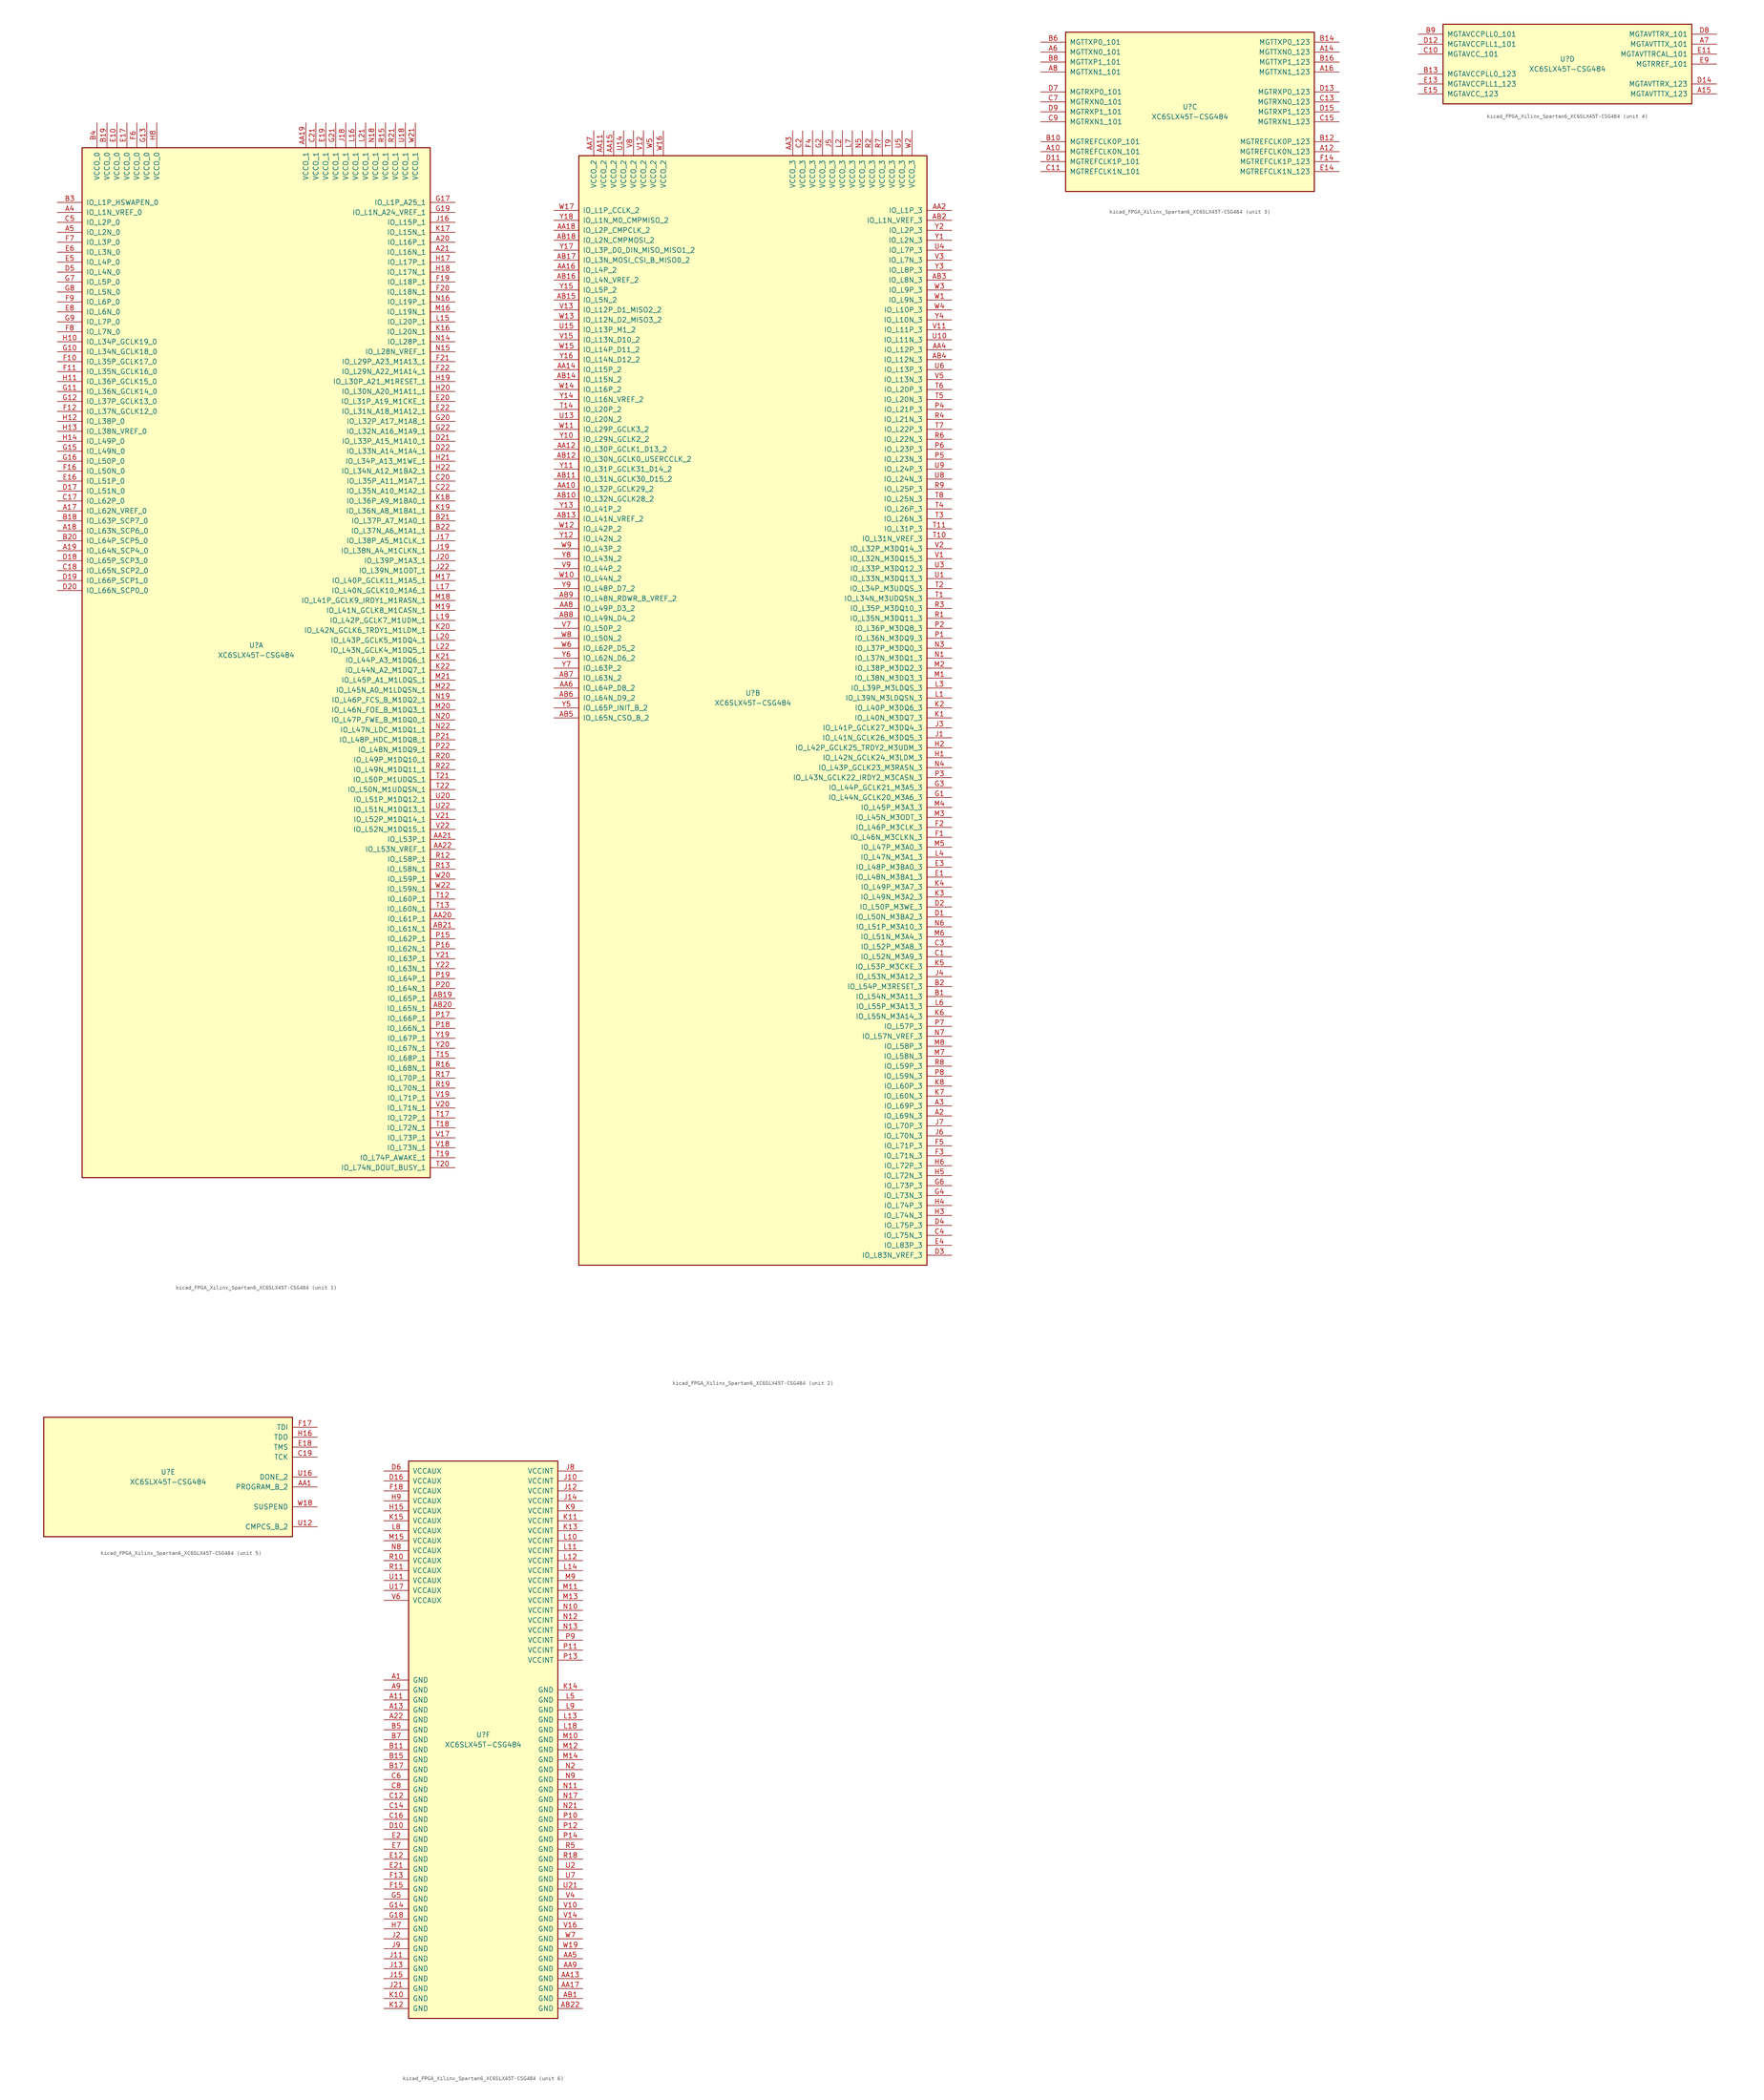
<source format=kicad_sym>
(kicad_symbol_lib
  (version 20220914)
  (generator kicad_symbol_editor)
  (symbol "kicad_FPGA_Xilinx_Spartan6_XC6SLX45T-CSG484"
    (pin_names
      (offset 1.016))
    (property "Reference" "U"
      (at 0 1.27 0)
      (effects (font (size 1.27 1.27))))
    (property "Value" "XC6SLX45T-CSG484"
      (at 0 -1.27 0)
      (effects (font (size 1.27 1.27))))
    (property "Datasheet" ""
      (at 0 0 0)
      (effects (font (size 1.27 1.27))))
    (property "ki_locked" ""
      (at 0 0 0)
      (effects (font (size 1.27 1.27))))
    (symbol "kicad_FPGA_Xilinx_Spartan6_XC6SLX45T-CSG484_1_1"
      (rectangle (start -44.45 128.27) (end 44.45 -134.62) (stroke (width 0.254) (type default)) (fill (type background)))
      (pin bidirectional line (at -50.8 35.56 0) (length 6.35) (name "IO_L62N_VREF_0" (effects (font (size 1.27 1.27)))) (number "A17" (effects (font (size 1.27 1.27)))))
      (pin bidirectional line (at -50.8 30.48 0) (length 6.35) (name "IO_L63N_SCP6_0" (effects (font (size 1.27 1.27)))) (number "A18" (effects (font (size 1.27 1.27)))))
      (pin bidirectional line (at -50.8 25.4 0) (length 6.35) (name "IO_L64N_SCP4_0" (effects (font (size 1.27 1.27)))) (number "A19" (effects (font (size 1.27 1.27)))))
      (pin bidirectional line (at 50.8 104.14 180) (length 6.35) (name "IO_L16P_1" (effects (font (size 1.27 1.27)))) (number "A20" (effects (font (size 1.27 1.27)))))
      (pin bidirectional line (at 50.8 101.6 180) (length 6.35) (name "IO_L16N_1" (effects (font (size 1.27 1.27)))) (number "A21" (effects (font (size 1.27 1.27)))))
      (pin bidirectional line (at -50.8 111.76 0) (length 6.35) (name "IO_L1N_VREF_0" (effects (font (size 1.27 1.27)))) (number "A4" (effects (font (size 1.27 1.27)))))
      (pin bidirectional line (at -50.8 106.68 0) (length 6.35) (name "IO_L2N_0" (effects (font (size 1.27 1.27)))) (number "A5" (effects (font (size 1.27 1.27)))))
      (pin power_in line (at 12.7 134.62 270) (length 6.35) (name "VCCO_1" (effects (font (size 1.27 1.27)))) (number "AA19" (effects (font (size 1.27 1.27)))))
      (pin bidirectional line (at 50.8 -68.58 180) (length 6.35) (name "IO_L61P_1" (effects (font (size 1.27 1.27)))) (number "AA20" (effects (font (size 1.27 1.27)))))
      (pin bidirectional line (at 50.8 -48.26 180) (length 6.35) (name "IO_L53P_1" (effects (font (size 1.27 1.27)))) (number "AA21" (effects (font (size 1.27 1.27)))))
      (pin bidirectional line (at 50.8 -50.8 180) (length 6.35) (name "IO_L53N_VREF_1" (effects (font (size 1.27 1.27)))) (number "AA22" (effects (font (size 1.27 1.27)))))
      (pin bidirectional line (at 50.8 -88.9 180) (length 6.35) (name "IO_L65P_1" (effects (font (size 1.27 1.27)))) (number "AB19" (effects (font (size 1.27 1.27)))))
      (pin bidirectional line (at 50.8 -91.44 180) (length 6.35) (name "IO_L65N_1" (effects (font (size 1.27 1.27)))) (number "AB20" (effects (font (size 1.27 1.27)))))
      (pin bidirectional line (at 50.8 -71.12 180) (length 6.35) (name "IO_L61N_1" (effects (font (size 1.27 1.27)))) (number "AB21" (effects (font (size 1.27 1.27)))))
      (pin bidirectional line (at -50.8 33.02 0) (length 6.35) (name "IO_L63P_SCP7_0" (effects (font (size 1.27 1.27)))) (number "B18" (effects (font (size 1.27 1.27)))))
      (pin power_in line (at -38.1 134.62 270) (length 6.35) (name "VCCO_0" (effects (font (size 1.27 1.27)))) (number "B19" (effects (font (size 1.27 1.27)))))
      (pin bidirectional line (at -50.8 27.94 0) (length 6.35) (name "IO_L64P_SCP5_0" (effects (font (size 1.27 1.27)))) (number "B20" (effects (font (size 1.27 1.27)))))
      (pin bidirectional line (at 50.8 33.02 180) (length 6.35) (name "IO_L37P_A7_M1A0_1" (effects (font (size 1.27 1.27)))) (number "B21" (effects (font (size 1.27 1.27)))))
      (pin bidirectional line (at 50.8 30.48 180) (length 6.35) (name "IO_L37N_A6_M1A1_1" (effects (font (size 1.27 1.27)))) (number "B22" (effects (font (size 1.27 1.27)))))
      (pin bidirectional line (at -50.8 114.3 0) (length 6.35) (name "IO_L1P_HSWAPEN_0" (effects (font (size 1.27 1.27)))) (number "B3" (effects (font (size 1.27 1.27)))))
      (pin power_in line (at -40.64 134.62 270) (length 6.35) (name "VCCO_0" (effects (font (size 1.27 1.27)))) (number "B4" (effects (font (size 1.27 1.27)))))
      (pin bidirectional line (at -50.8 38.1 0) (length 6.35) (name "IO_L62P_0" (effects (font (size 1.27 1.27)))) (number "C17" (effects (font (size 1.27 1.27)))))
      (pin bidirectional line (at -50.8 20.32 0) (length 6.35) (name "IO_L65N_SCP2_0" (effects (font (size 1.27 1.27)))) (number "C18" (effects (font (size 1.27 1.27)))))
      (pin bidirectional line (at 50.8 43.18 180) (length 6.35) (name "IO_L35P_A11_M1A7_1" (effects (font (size 1.27 1.27)))) (number "C20" (effects (font (size 1.27 1.27)))))
      (pin power_in line (at 15.24 134.62 270) (length 6.35) (name "VCCO_1" (effects (font (size 1.27 1.27)))) (number "C21" (effects (font (size 1.27 1.27)))))
      (pin bidirectional line (at 50.8 40.64 180) (length 6.35) (name "IO_L35N_A10_M1A2_1" (effects (font (size 1.27 1.27)))) (number "C22" (effects (font (size 1.27 1.27)))))
      (pin bidirectional line (at -50.8 109.22 0) (length 6.35) (name "IO_L2P_0" (effects (font (size 1.27 1.27)))) (number "C5" (effects (font (size 1.27 1.27)))))
      (pin bidirectional line (at -50.8 40.64 0) (length 6.35) (name "IO_L51N_0" (effects (font (size 1.27 1.27)))) (number "D17" (effects (font (size 1.27 1.27)))))
      (pin bidirectional line (at -50.8 22.86 0) (length 6.35) (name "IO_L65P_SCP3_0" (effects (font (size 1.27 1.27)))) (number "D18" (effects (font (size 1.27 1.27)))))
      (pin bidirectional line (at -50.8 17.78 0) (length 6.35) (name "IO_L66P_SCP1_0" (effects (font (size 1.27 1.27)))) (number "D19" (effects (font (size 1.27 1.27)))))
      (pin bidirectional line (at -50.8 15.24 0) (length 6.35) (name "IO_L66N_SCP0_0" (effects (font (size 1.27 1.27)))) (number "D20" (effects (font (size 1.27 1.27)))))
      (pin bidirectional line (at 50.8 53.34 180) (length 6.35) (name "IO_L33P_A15_M1A10_1" (effects (font (size 1.27 1.27)))) (number "D21" (effects (font (size 1.27 1.27)))))
      (pin bidirectional line (at 50.8 50.8 180) (length 6.35) (name "IO_L33N_A14_M1A4_1" (effects (font (size 1.27 1.27)))) (number "D22" (effects (font (size 1.27 1.27)))))
      (pin bidirectional line (at -50.8 96.52 0) (length 6.35) (name "IO_L4N_0" (effects (font (size 1.27 1.27)))) (number "D5" (effects (font (size 1.27 1.27)))))
      (pin power_in line (at -35.56 134.62 270) (length 6.35) (name "VCCO_0" (effects (font (size 1.27 1.27)))) (number "E10" (effects (font (size 1.27 1.27)))))
      (pin bidirectional line (at -50.8 43.18 0) (length 6.35) (name "IO_L51P_0" (effects (font (size 1.27 1.27)))) (number "E16" (effects (font (size 1.27 1.27)))))
      (pin power_in line (at -33.02 134.62 270) (length 6.35) (name "VCCO_0" (effects (font (size 1.27 1.27)))) (number "E17" (effects (font (size 1.27 1.27)))))
      (pin power_in line (at 17.78 134.62 270) (length 6.35) (name "VCCO_1" (effects (font (size 1.27 1.27)))) (number "E19" (effects (font (size 1.27 1.27)))))
      (pin bidirectional line (at 50.8 63.5 180) (length 6.35) (name "IO_L31P_A19_M1CKE_1" (effects (font (size 1.27 1.27)))) (number "E20" (effects (font (size 1.27 1.27)))))
      (pin bidirectional line (at 50.8 60.96 180) (length 6.35) (name "IO_L31N_A18_M1A12_1" (effects (font (size 1.27 1.27)))) (number "E22" (effects (font (size 1.27 1.27)))))
      (pin bidirectional line (at -50.8 99.06 0) (length 6.35) (name "IO_L4P_0" (effects (font (size 1.27 1.27)))) (number "E5" (effects (font (size 1.27 1.27)))))
      (pin bidirectional line (at -50.8 101.6 0) (length 6.35) (name "IO_L3N_0" (effects (font (size 1.27 1.27)))) (number "E6" (effects (font (size 1.27 1.27)))))
      (pin bidirectional line (at -50.8 86.36 0) (length 6.35) (name "IO_L6N_0" (effects (font (size 1.27 1.27)))) (number "E8" (effects (font (size 1.27 1.27)))))
      (pin bidirectional line (at -50.8 73.66 0) (length 6.35) (name "IO_L35P_GCLK17_0" (effects (font (size 1.27 1.27)))) (number "F10" (effects (font (size 1.27 1.27)))))
      (pin bidirectional line (at -50.8 71.12 0) (length 6.35) (name "IO_L35N_GCLK16_0" (effects (font (size 1.27 1.27)))) (number "F11" (effects (font (size 1.27 1.27)))))
      (pin bidirectional line (at -50.8 60.96 0) (length 6.35) (name "IO_L37N_GCLK12_0" (effects (font (size 1.27 1.27)))) (number "F12" (effects (font (size 1.27 1.27)))))
      (pin bidirectional line (at -50.8 45.72 0) (length 6.35) (name "IO_L50N_0" (effects (font (size 1.27 1.27)))) (number "F16" (effects (font (size 1.27 1.27)))))
      (pin bidirectional line (at 50.8 93.98 180) (length 6.35) (name "IO_L18P_1" (effects (font (size 1.27 1.27)))) (number "F19" (effects (font (size 1.27 1.27)))))
      (pin bidirectional line (at 50.8 91.44 180) (length 6.35) (name "IO_L18N_1" (effects (font (size 1.27 1.27)))) (number "F20" (effects (font (size 1.27 1.27)))))
      (pin bidirectional line (at 50.8 73.66 180) (length 6.35) (name "IO_L29P_A23_M1A13_1" (effects (font (size 1.27 1.27)))) (number "F21" (effects (font (size 1.27 1.27)))))
      (pin bidirectional line (at 50.8 71.12 180) (length 6.35) (name "IO_L29N_A22_M1A14_1" (effects (font (size 1.27 1.27)))) (number "F22" (effects (font (size 1.27 1.27)))))
      (pin power_in line (at -30.48 134.62 270) (length 6.35) (name "VCCO_0" (effects (font (size 1.27 1.27)))) (number "F6" (effects (font (size 1.27 1.27)))))
      (pin bidirectional line (at -50.8 104.14 0) (length 6.35) (name "IO_L3P_0" (effects (font (size 1.27 1.27)))) (number "F7" (effects (font (size 1.27 1.27)))))
      (pin bidirectional line (at -50.8 81.28 0) (length 6.35) (name "IO_L7N_0" (effects (font (size 1.27 1.27)))) (number "F8" (effects (font (size 1.27 1.27)))))
      (pin bidirectional line (at -50.8 88.9 0) (length 6.35) (name "IO_L6P_0" (effects (font (size 1.27 1.27)))) (number "F9" (effects (font (size 1.27 1.27)))))
      (pin bidirectional line (at -50.8 76.2 0) (length 6.35) (name "IO_L34N_GCLK18_0" (effects (font (size 1.27 1.27)))) (number "G10" (effects (font (size 1.27 1.27)))))
      (pin bidirectional line (at -50.8 66.04 0) (length 6.35) (name "IO_L36N_GCLK14_0" (effects (font (size 1.27 1.27)))) (number "G11" (effects (font (size 1.27 1.27)))))
      (pin bidirectional line (at -50.8 63.5 0) (length 6.35) (name "IO_L37P_GCLK13_0" (effects (font (size 1.27 1.27)))) (number "G12" (effects (font (size 1.27 1.27)))))
      (pin power_in line (at -27.94 134.62 270) (length 6.35) (name "VCCO_0" (effects (font (size 1.27 1.27)))) (number "G13" (effects (font (size 1.27 1.27)))))
      (pin bidirectional line (at -50.8 50.8 0) (length 6.35) (name "IO_L49N_0" (effects (font (size 1.27 1.27)))) (number "G15" (effects (font (size 1.27 1.27)))))
      (pin bidirectional line (at -50.8 48.26 0) (length 6.35) (name "IO_L50P_0" (effects (font (size 1.27 1.27)))) (number "G16" (effects (font (size 1.27 1.27)))))
      (pin bidirectional line (at 50.8 114.3 180) (length 6.35) (name "IO_L1P_A25_1" (effects (font (size 1.27 1.27)))) (number "G17" (effects (font (size 1.27 1.27)))))
      (pin bidirectional line (at 50.8 111.76 180) (length 6.35) (name "IO_L1N_A24_VREF_1" (effects (font (size 1.27 1.27)))) (number "G19" (effects (font (size 1.27 1.27)))))
      (pin bidirectional line (at 50.8 58.42 180) (length 6.35) (name "IO_L32P_A17_M1A8_1" (effects (font (size 1.27 1.27)))) (number "G20" (effects (font (size 1.27 1.27)))))
      (pin power_in line (at 20.32 134.62 270) (length 6.35) (name "VCCO_1" (effects (font (size 1.27 1.27)))) (number "G21" (effects (font (size 1.27 1.27)))))
      (pin bidirectional line (at 50.8 55.88 180) (length 6.35) (name "IO_L32N_A16_M1A9_1" (effects (font (size 1.27 1.27)))) (number "G22" (effects (font (size 1.27 1.27)))))
      (pin bidirectional line (at -50.8 93.98 0) (length 6.35) (name "IO_L5P_0" (effects (font (size 1.27 1.27)))) (number "G7" (effects (font (size 1.27 1.27)))))
      (pin bidirectional line (at -50.8 91.44 0) (length 6.35) (name "IO_L5N_0" (effects (font (size 1.27 1.27)))) (number "G8" (effects (font (size 1.27 1.27)))))
      (pin bidirectional line (at -50.8 83.82 0) (length 6.35) (name "IO_L7P_0" (effects (font (size 1.27 1.27)))) (number "G9" (effects (font (size 1.27 1.27)))))
      (pin bidirectional line (at -50.8 78.74 0) (length 6.35) (name "IO_L34P_GCLK19_0" (effects (font (size 1.27 1.27)))) (number "H10" (effects (font (size 1.27 1.27)))))
      (pin bidirectional line (at -50.8 68.58 0) (length 6.35) (name "IO_L36P_GCLK15_0" (effects (font (size 1.27 1.27)))) (number "H11" (effects (font (size 1.27 1.27)))))
      (pin bidirectional line (at -50.8 58.42 0) (length 6.35) (name "IO_L38P_0" (effects (font (size 1.27 1.27)))) (number "H12" (effects (font (size 1.27 1.27)))))
      (pin bidirectional line (at -50.8 55.88 0) (length 6.35) (name "IO_L38N_VREF_0" (effects (font (size 1.27 1.27)))) (number "H13" (effects (font (size 1.27 1.27)))))
      (pin bidirectional line (at -50.8 53.34 0) (length 6.35) (name "IO_L49P_0" (effects (font (size 1.27 1.27)))) (number "H14" (effects (font (size 1.27 1.27)))))
      (pin bidirectional line (at 50.8 99.06 180) (length 6.35) (name "IO_L17P_1" (effects (font (size 1.27 1.27)))) (number "H17" (effects (font (size 1.27 1.27)))))
      (pin bidirectional line (at 50.8 96.52 180) (length 6.35) (name "IO_L17N_1" (effects (font (size 1.27 1.27)))) (number "H18" (effects (font (size 1.27 1.27)))))
      (pin bidirectional line (at 50.8 68.58 180) (length 6.35) (name "IO_L30P_A21_M1RESET_1" (effects (font (size 1.27 1.27)))) (number "H19" (effects (font (size 1.27 1.27)))))
      (pin bidirectional line (at 50.8 66.04 180) (length 6.35) (name "IO_L30N_A20_M1A11_1" (effects (font (size 1.27 1.27)))) (number "H20" (effects (font (size 1.27 1.27)))))
      (pin bidirectional line (at 50.8 48.26 180) (length 6.35) (name "IO_L34P_A13_M1WE_1" (effects (font (size 1.27 1.27)))) (number "H21" (effects (font (size 1.27 1.27)))))
      (pin bidirectional line (at 50.8 45.72 180) (length 6.35) (name "IO_L34N_A12_M1BA2_1" (effects (font (size 1.27 1.27)))) (number "H22" (effects (font (size 1.27 1.27)))))
      (pin power_in line (at -25.4 134.62 270) (length 6.35) (name "VCCO_0" (effects (font (size 1.27 1.27)))) (number "H8" (effects (font (size 1.27 1.27)))))
      (pin bidirectional line (at 50.8 109.22 180) (length 6.35) (name "IO_L15P_1" (effects (font (size 1.27 1.27)))) (number "J16" (effects (font (size 1.27 1.27)))))
      (pin bidirectional line (at 50.8 27.94 180) (length 6.35) (name "IO_L38P_A5_M1CLK_1" (effects (font (size 1.27 1.27)))) (number "J17" (effects (font (size 1.27 1.27)))))
      (pin power_in line (at 22.86 134.62 270) (length 6.35) (name "VCCO_1" (effects (font (size 1.27 1.27)))) (number "J18" (effects (font (size 1.27 1.27)))))
      (pin bidirectional line (at 50.8 25.4 180) (length 6.35) (name "IO_L38N_A4_M1CLKN_1" (effects (font (size 1.27 1.27)))) (number "J19" (effects (font (size 1.27 1.27)))))
      (pin bidirectional line (at 50.8 22.86 180) (length 6.35) (name "IO_L39P_M1A3_1" (effects (font (size 1.27 1.27)))) (number "J20" (effects (font (size 1.27 1.27)))))
      (pin bidirectional line (at 50.8 20.32 180) (length 6.35) (name "IO_L39N_M1ODT_1" (effects (font (size 1.27 1.27)))) (number "J22" (effects (font (size 1.27 1.27)))))
      (pin bidirectional line (at 50.8 81.28 180) (length 6.35) (name "IO_L20N_1" (effects (font (size 1.27 1.27)))) (number "K16" (effects (font (size 1.27 1.27)))))
      (pin bidirectional line (at 50.8 106.68 180) (length 6.35) (name "IO_L15N_1" (effects (font (size 1.27 1.27)))) (number "K17" (effects (font (size 1.27 1.27)))))
      (pin bidirectional line (at 50.8 38.1 180) (length 6.35) (name "IO_L36P_A9_M1BA0_1" (effects (font (size 1.27 1.27)))) (number "K18" (effects (font (size 1.27 1.27)))))
      (pin bidirectional line (at 50.8 35.56 180) (length 6.35) (name "IO_L36N_A8_M1BA1_1" (effects (font (size 1.27 1.27)))) (number "K19" (effects (font (size 1.27 1.27)))))
      (pin bidirectional line (at 50.8 5.08 180) (length 6.35) (name "IO_L42N_GCLK6_TRDY1_M1LDM_1" (effects (font (size 1.27 1.27)))) (number "K20" (effects (font (size 1.27 1.27)))))
      (pin bidirectional line (at 50.8 -2.54 180) (length 6.35) (name "IO_L44P_A3_M1DQ6_1" (effects (font (size 1.27 1.27)))) (number "K21" (effects (font (size 1.27 1.27)))))
      (pin bidirectional line (at 50.8 -5.08 180) (length 6.35) (name "IO_L44N_A2_M1DQ7_1" (effects (font (size 1.27 1.27)))) (number "K22" (effects (font (size 1.27 1.27)))))
      (pin bidirectional line (at 50.8 83.82 180) (length 6.35) (name "IO_L20P_1" (effects (font (size 1.27 1.27)))) (number "L15" (effects (font (size 1.27 1.27)))))
      (pin power_in line (at 25.4 134.62 270) (length 6.35) (name "VCCO_1" (effects (font (size 1.27 1.27)))) (number "L16" (effects (font (size 1.27 1.27)))))
      (pin bidirectional line (at 50.8 15.24 180) (length 6.35) (name "IO_L40N_GCLK10_M1A6_1" (effects (font (size 1.27 1.27)))) (number "L17" (effects (font (size 1.27 1.27)))))
      (pin bidirectional line (at 50.8 7.62 180) (length 6.35) (name "IO_L42P_GCLK7_M1UDM_1" (effects (font (size 1.27 1.27)))) (number "L19" (effects (font (size 1.27 1.27)))))
      (pin bidirectional line (at 50.8 2.54 180) (length 6.35) (name "IO_L43P_GCLK5_M1DQ4_1" (effects (font (size 1.27 1.27)))) (number "L20" (effects (font (size 1.27 1.27)))))
      (pin power_in line (at 27.94 134.62 270) (length 6.35) (name "VCCO_1" (effects (font (size 1.27 1.27)))) (number "L21" (effects (font (size 1.27 1.27)))))
      (pin bidirectional line (at 50.8 0 180) (length 6.35) (name "IO_L43N_GCLK4_M1DQ5_1" (effects (font (size 1.27 1.27)))) (number "L22" (effects (font (size 1.27 1.27)))))
      (pin bidirectional line (at 50.8 86.36 180) (length 6.35) (name "IO_L19N_1" (effects (font (size 1.27 1.27)))) (number "M16" (effects (font (size 1.27 1.27)))))
      (pin bidirectional line (at 50.8 17.78 180) (length 6.35) (name "IO_L40P_GCLK11_M1A5_1" (effects (font (size 1.27 1.27)))) (number "M17" (effects (font (size 1.27 1.27)))))
      (pin bidirectional line (at 50.8 12.7 180) (length 6.35) (name "IO_L41P_GCLK9_IRDY1_M1RASN_1" (effects (font (size 1.27 1.27)))) (number "M18" (effects (font (size 1.27 1.27)))))
      (pin bidirectional line (at 50.8 10.16 180) (length 6.35) (name "IO_L41N_GCLK8_M1CASN_1" (effects (font (size 1.27 1.27)))) (number "M19" (effects (font (size 1.27 1.27)))))
      (pin bidirectional line (at 50.8 -15.24 180) (length 6.35) (name "IO_L46N_FOE_B_M1DQ3_1" (effects (font (size 1.27 1.27)))) (number "M20" (effects (font (size 1.27 1.27)))))
      (pin bidirectional line (at 50.8 -7.62 180) (length 6.35) (name "IO_L45P_A1_M1LDQS_1" (effects (font (size 1.27 1.27)))) (number "M21" (effects (font (size 1.27 1.27)))))
      (pin bidirectional line (at 50.8 -10.16 180) (length 6.35) (name "IO_L45N_A0_M1LDQSN_1" (effects (font (size 1.27 1.27)))) (number "M22" (effects (font (size 1.27 1.27)))))
      (pin bidirectional line (at 50.8 78.74 180) (length 6.35) (name "IO_L28P_1" (effects (font (size 1.27 1.27)))) (number "N14" (effects (font (size 1.27 1.27)))))
      (pin bidirectional line (at 50.8 76.2 180) (length 6.35) (name "IO_L28N_VREF_1" (effects (font (size 1.27 1.27)))) (number "N15" (effects (font (size 1.27 1.27)))))
      (pin bidirectional line (at 50.8 88.9 180) (length 6.35) (name "IO_L19P_1" (effects (font (size 1.27 1.27)))) (number "N16" (effects (font (size 1.27 1.27)))))
      (pin power_in line (at 30.48 134.62 270) (length 6.35) (name "VCCO_1" (effects (font (size 1.27 1.27)))) (number "N18" (effects (font (size 1.27 1.27)))))
      (pin bidirectional line (at 50.8 -12.7 180) (length 6.35) (name "IO_L46P_FCS_B_M1DQ2_1" (effects (font (size 1.27 1.27)))) (number "N19" (effects (font (size 1.27 1.27)))))
      (pin bidirectional line (at 50.8 -17.78 180) (length 6.35) (name "IO_L47P_FWE_B_M1DQ0_1" (effects (font (size 1.27 1.27)))) (number "N20" (effects (font (size 1.27 1.27)))))
      (pin bidirectional line (at 50.8 -20.32 180) (length 6.35) (name "IO_L47N_LDC_M1DQ1_1" (effects (font (size 1.27 1.27)))) (number "N22" (effects (font (size 1.27 1.27)))))
      (pin bidirectional line (at 50.8 -73.66 180) (length 6.35) (name "IO_L62P_1" (effects (font (size 1.27 1.27)))) (number "P15" (effects (font (size 1.27 1.27)))))
      (pin bidirectional line (at 50.8 -76.2 180) (length 6.35) (name "IO_L62N_1" (effects (font (size 1.27 1.27)))) (number "P16" (effects (font (size 1.27 1.27)))))
      (pin bidirectional line (at 50.8 -93.98 180) (length 6.35) (name "IO_L66P_1" (effects (font (size 1.27 1.27)))) (number "P17" (effects (font (size 1.27 1.27)))))
      (pin bidirectional line (at 50.8 -96.52 180) (length 6.35) (name "IO_L66N_1" (effects (font (size 1.27 1.27)))) (number "P18" (effects (font (size 1.27 1.27)))))
      (pin bidirectional line (at 50.8 -83.82 180) (length 6.35) (name "IO_L64P_1" (effects (font (size 1.27 1.27)))) (number "P19" (effects (font (size 1.27 1.27)))))
      (pin bidirectional line (at 50.8 -86.36 180) (length 6.35) (name "IO_L64N_1" (effects (font (size 1.27 1.27)))) (number "P20" (effects (font (size 1.27 1.27)))))
      (pin bidirectional line (at 50.8 -22.86 180) (length 6.35) (name "IO_L48P_HDC_M1DQ8_1" (effects (font (size 1.27 1.27)))) (number "P21" (effects (font (size 1.27 1.27)))))
      (pin bidirectional line (at 50.8 -25.4 180) (length 6.35) (name "IO_L48N_M1DQ9_1" (effects (font (size 1.27 1.27)))) (number "P22" (effects (font (size 1.27 1.27)))))
      (pin bidirectional line (at 50.8 -53.34 180) (length 6.35) (name "IO_L58P_1" (effects (font (size 1.27 1.27)))) (number "R12" (effects (font (size 1.27 1.27)))))
      (pin bidirectional line (at 50.8 -55.88 180) (length 6.35) (name "IO_L58N_1" (effects (font (size 1.27 1.27)))) (number "R13" (effects (font (size 1.27 1.27)))))
      (pin power_in line (at 33.02 134.62 270) (length 6.35) (name "VCCO_1" (effects (font (size 1.27 1.27)))) (number "R15" (effects (font (size 1.27 1.27)))))
      (pin bidirectional line (at 50.8 -106.68 180) (length 6.35) (name "IO_L68N_1" (effects (font (size 1.27 1.27)))) (number "R16" (effects (font (size 1.27 1.27)))))
      (pin bidirectional line (at 50.8 -109.22 180) (length 6.35) (name "IO_L70P_1" (effects (font (size 1.27 1.27)))) (number "R17" (effects (font (size 1.27 1.27)))))
      (pin bidirectional line (at 50.8 -111.76 180) (length 6.35) (name "IO_L70N_1" (effects (font (size 1.27 1.27)))) (number "R19" (effects (font (size 1.27 1.27)))))
      (pin bidirectional line (at 50.8 -27.94 180) (length 6.35) (name "IO_L49P_M1DQ10_1" (effects (font (size 1.27 1.27)))) (number "R20" (effects (font (size 1.27 1.27)))))
      (pin power_in line (at 35.56 134.62 270) (length 6.35) (name "VCCO_1" (effects (font (size 1.27 1.27)))) (number "R21" (effects (font (size 1.27 1.27)))))
      (pin bidirectional line (at 50.8 -30.48 180) (length 6.35) (name "IO_L49N_M1DQ11_1" (effects (font (size 1.27 1.27)))) (number "R22" (effects (font (size 1.27 1.27)))))
      (pin bidirectional line (at 50.8 -63.5 180) (length 6.35) (name "IO_L60P_1" (effects (font (size 1.27 1.27)))) (number "T12" (effects (font (size 1.27 1.27)))))
      (pin bidirectional line (at 50.8 -66.04 180) (length 6.35) (name "IO_L60N_1" (effects (font (size 1.27 1.27)))) (number "T13" (effects (font (size 1.27 1.27)))))
      (pin bidirectional line (at 50.8 -104.14 180) (length 6.35) (name "IO_L68P_1" (effects (font (size 1.27 1.27)))) (number "T15" (effects (font (size 1.27 1.27)))))
      (pin bidirectional line (at 50.8 -119.38 180) (length 6.35) (name "IO_L72P_1" (effects (font (size 1.27 1.27)))) (number "T17" (effects (font (size 1.27 1.27)))))
      (pin bidirectional line (at 50.8 -121.92 180) (length 6.35) (name "IO_L72N_1" (effects (font (size 1.27 1.27)))) (number "T18" (effects (font (size 1.27 1.27)))))
      (pin bidirectional line (at 50.8 -129.54 180) (length 6.35) (name "IO_L74P_AWAKE_1" (effects (font (size 1.27 1.27)))) (number "T19" (effects (font (size 1.27 1.27)))))
      (pin bidirectional line (at 50.8 -132.08 180) (length 6.35) (name "IO_L74N_DOUT_BUSY_1" (effects (font (size 1.27 1.27)))) (number "T20" (effects (font (size 1.27 1.27)))))
      (pin bidirectional line (at 50.8 -33.02 180) (length 6.35) (name "IO_L50P_M1UDQS_1" (effects (font (size 1.27 1.27)))) (number "T21" (effects (font (size 1.27 1.27)))))
      (pin bidirectional line (at 50.8 -35.56 180) (length 6.35) (name "IO_L50N_M1UDQSN_1" (effects (font (size 1.27 1.27)))) (number "T22" (effects (font (size 1.27 1.27)))))
      (pin power_in line (at 38.1 134.62 270) (length 6.35) (name "VCCO_1" (effects (font (size 1.27 1.27)))) (number "U18" (effects (font (size 1.27 1.27)))))
      (pin bidirectional line (at 50.8 -38.1 180) (length 6.35) (name "IO_L51P_M1DQ12_1" (effects (font (size 1.27 1.27)))) (number "U20" (effects (font (size 1.27 1.27)))))
      (pin bidirectional line (at 50.8 -40.64 180) (length 6.35) (name "IO_L51N_M1DQ13_1" (effects (font (size 1.27 1.27)))) (number "U22" (effects (font (size 1.27 1.27)))))
      (pin bidirectional line (at 50.8 -124.46 180) (length 6.35) (name "IO_L73P_1" (effects (font (size 1.27 1.27)))) (number "V17" (effects (font (size 1.27 1.27)))))
      (pin bidirectional line (at 50.8 -127 180) (length 6.35) (name "IO_L73N_1" (effects (font (size 1.27 1.27)))) (number "V18" (effects (font (size 1.27 1.27)))))
      (pin bidirectional line (at 50.8 -114.3 180) (length 6.35) (name "IO_L71P_1" (effects (font (size 1.27 1.27)))) (number "V19" (effects (font (size 1.27 1.27)))))
      (pin bidirectional line (at 50.8 -116.84 180) (length 6.35) (name "IO_L71N_1" (effects (font (size 1.27 1.27)))) (number "V20" (effects (font (size 1.27 1.27)))))
      (pin bidirectional line (at 50.8 -43.18 180) (length 6.35) (name "IO_L52P_M1DQ14_1" (effects (font (size 1.27 1.27)))) (number "V21" (effects (font (size 1.27 1.27)))))
      (pin bidirectional line (at 50.8 -45.72 180) (length 6.35) (name "IO_L52N_M1DQ15_1" (effects (font (size 1.27 1.27)))) (number "V22" (effects (font (size 1.27 1.27)))))
      (pin bidirectional line (at 50.8 -58.42 180) (length 6.35) (name "IO_L59P_1" (effects (font (size 1.27 1.27)))) (number "W20" (effects (font (size 1.27 1.27)))))
      (pin power_in line (at 40.64 134.62 270) (length 6.35) (name "VCCO_1" (effects (font (size 1.27 1.27)))) (number "W21" (effects (font (size 1.27 1.27)))))
      (pin bidirectional line (at 50.8 -60.96 180) (length 6.35) (name "IO_L59N_1" (effects (font (size 1.27 1.27)))) (number "W22" (effects (font (size 1.27 1.27)))))
      (pin bidirectional line (at 50.8 -99.06 180) (length 6.35) (name "IO_L67P_1" (effects (font (size 1.27 1.27)))) (number "Y19" (effects (font (size 1.27 1.27)))))
      (pin bidirectional line (at 50.8 -101.6 180) (length 6.35) (name "IO_L67N_1" (effects (font (size 1.27 1.27)))) (number "Y20" (effects (font (size 1.27 1.27)))))
      (pin bidirectional line (at 50.8 -78.74 180) (length 6.35) (name "IO_L63P_1" (effects (font (size 1.27 1.27)))) (number "Y21" (effects (font (size 1.27 1.27)))))
      (pin bidirectional line (at 50.8 -81.28 180) (length 6.35) (name "IO_L63N_1" (effects (font (size 1.27 1.27)))) (number "Y22" (effects (font (size 1.27 1.27))))))
    (symbol "kicad_FPGA_Xilinx_Spartan6_XC6SLX45T-CSG484_2_1"
      (rectangle (start -44.45 138.43) (end 44.45 -144.78) (stroke (width 0.254) (type default)) (fill (type background)))
      (pin bidirectional line (at 50.8 -106.68 180) (length 6.35) (name "IO_L69N_3" (effects (font (size 1.27 1.27)))) (number "A2" (effects (font (size 1.27 1.27)))))
      (pin bidirectional line (at 50.8 -104.14 180) (length 6.35) (name "IO_L69P_3" (effects (font (size 1.27 1.27)))) (number "A3" (effects (font (size 1.27 1.27)))))
      (pin bidirectional line (at -50.8 53.34 0) (length 6.35) (name "IO_L32P_GCLK29_2" (effects (font (size 1.27 1.27)))) (number "AA10" (effects (font (size 1.27 1.27)))))
      (pin power_in line (at -38.1 144.78 270) (length 6.35) (name "VCCO_2" (effects (font (size 1.27 1.27)))) (number "AA11" (effects (font (size 1.27 1.27)))))
      (pin bidirectional line (at -50.8 63.5 0) (length 6.35) (name "IO_L30P_GCLK1_D13_2" (effects (font (size 1.27 1.27)))) (number "AA12" (effects (font (size 1.27 1.27)))))
      (pin bidirectional line (at -50.8 83.82 0) (length 6.35) (name "IO_L15P_2" (effects (font (size 1.27 1.27)))) (number "AA14" (effects (font (size 1.27 1.27)))))
      (pin power_in line (at -35.56 144.78 270) (length 6.35) (name "VCCO_2" (effects (font (size 1.27 1.27)))) (number "AA15" (effects (font (size 1.27 1.27)))))
      (pin bidirectional line (at -50.8 109.22 0) (length 6.35) (name "IO_L4P_2" (effects (font (size 1.27 1.27)))) (number "AA16" (effects (font (size 1.27 1.27)))))
      (pin bidirectional line (at -50.8 119.38 0) (length 6.35) (name "IO_L2P_CMPCLK_2" (effects (font (size 1.27 1.27)))) (number "AA18" (effects (font (size 1.27 1.27)))))
      (pin bidirectional line (at 50.8 124.46 180) (length 6.35) (name "IO_L1P_3" (effects (font (size 1.27 1.27)))) (number "AA2" (effects (font (size 1.27 1.27)))))
      (pin power_in line (at 10.16 144.78 270) (length 6.35) (name "VCCO_3" (effects (font (size 1.27 1.27)))) (number "AA3" (effects (font (size 1.27 1.27)))))
      (pin bidirectional line (at 50.8 88.9 180) (length 6.35) (name "IO_L12P_3" (effects (font (size 1.27 1.27)))) (number "AA4" (effects (font (size 1.27 1.27)))))
      (pin bidirectional line (at -50.8 2.54 0) (length 6.35) (name "IO_L64P_D8_2" (effects (font (size 1.27 1.27)))) (number "AA6" (effects (font (size 1.27 1.27)))))
      (pin power_in line (at -40.64 144.78 270) (length 6.35) (name "VCCO_2" (effects (font (size 1.27 1.27)))) (number "AA7" (effects (font (size 1.27 1.27)))))
      (pin bidirectional line (at -50.8 22.86 0) (length 6.35) (name "IO_L49P_D3_2" (effects (font (size 1.27 1.27)))) (number "AA8" (effects (font (size 1.27 1.27)))))
      (pin bidirectional line (at -50.8 50.8 0) (length 6.35) (name "IO_L32N_GCLK28_2" (effects (font (size 1.27 1.27)))) (number "AB10" (effects (font (size 1.27 1.27)))))
      (pin bidirectional line (at -50.8 55.88 0) (length 6.35) (name "IO_L31N_GCLK30_D15_2" (effects (font (size 1.27 1.27)))) (number "AB11" (effects (font (size 1.27 1.27)))))
      (pin bidirectional line (at -50.8 60.96 0) (length 6.35) (name "IO_L30N_GCLK0_USERCCLK_2" (effects (font (size 1.27 1.27)))) (number "AB12" (effects (font (size 1.27 1.27)))))
      (pin bidirectional line (at -50.8 45.72 0) (length 6.35) (name "IO_L41N_VREF_2" (effects (font (size 1.27 1.27)))) (number "AB13" (effects (font (size 1.27 1.27)))))
      (pin bidirectional line (at -50.8 81.28 0) (length 6.35) (name "IO_L15N_2" (effects (font (size 1.27 1.27)))) (number "AB14" (effects (font (size 1.27 1.27)))))
      (pin bidirectional line (at -50.8 101.6 0) (length 6.35) (name "IO_L5N_2" (effects (font (size 1.27 1.27)))) (number "AB15" (effects (font (size 1.27 1.27)))))
      (pin bidirectional line (at -50.8 106.68 0) (length 6.35) (name "IO_L4N_VREF_2" (effects (font (size 1.27 1.27)))) (number "AB16" (effects (font (size 1.27 1.27)))))
      (pin bidirectional line (at -50.8 111.76 0) (length 6.35) (name "IO_L3N_MOSI_CSI_B_MISO0_2" (effects (font (size 1.27 1.27)))) (number "AB17" (effects (font (size 1.27 1.27)))))
      (pin bidirectional line (at -50.8 116.84 0) (length 6.35) (name "IO_L2N_CMPMOSI_2" (effects (font (size 1.27 1.27)))) (number "AB18" (effects (font (size 1.27 1.27)))))
      (pin bidirectional line (at 50.8 121.92 180) (length 6.35) (name "IO_L1N_VREF_3" (effects (font (size 1.27 1.27)))) (number "AB2" (effects (font (size 1.27 1.27)))))
      (pin bidirectional line (at 50.8 106.68 180) (length 6.35) (name "IO_L8N_3" (effects (font (size 1.27 1.27)))) (number "AB3" (effects (font (size 1.27 1.27)))))
      (pin bidirectional line (at 50.8 86.36 180) (length 6.35) (name "IO_L12N_3" (effects (font (size 1.27 1.27)))) (number "AB4" (effects (font (size 1.27 1.27)))))
      (pin bidirectional line (at -50.8 -5.08 0) (length 6.35) (name "IO_L65N_CSO_B_2" (effects (font (size 1.27 1.27)))) (number "AB5" (effects (font (size 1.27 1.27)))))
      (pin bidirectional line (at -50.8 0 0) (length 6.35) (name "IO_L64N_D9_2" (effects (font (size 1.27 1.27)))) (number "AB6" (effects (font (size 1.27 1.27)))))
      (pin bidirectional line (at -50.8 5.08 0) (length 6.35) (name "IO_L63N_2" (effects (font (size 1.27 1.27)))) (number "AB7" (effects (font (size 1.27 1.27)))))
      (pin bidirectional line (at -50.8 20.32 0) (length 6.35) (name "IO_L49N_D4_2" (effects (font (size 1.27 1.27)))) (number "AB8" (effects (font (size 1.27 1.27)))))
      (pin bidirectional line (at -50.8 25.4 0) (length 6.35) (name "IO_L48N_RDWR_B_VREF_2" (effects (font (size 1.27 1.27)))) (number "AB9" (effects (font (size 1.27 1.27)))))
      (pin bidirectional line (at 50.8 -76.2 180) (length 6.35) (name "IO_L54N_M3A11_3" (effects (font (size 1.27 1.27)))) (number "B1" (effects (font (size 1.27 1.27)))))
      (pin bidirectional line (at 50.8 -73.66 180) (length 6.35) (name "IO_L54P_M3RESET_3" (effects (font (size 1.27 1.27)))) (number "B2" (effects (font (size 1.27 1.27)))))
      (pin bidirectional line (at 50.8 -66.04 180) (length 6.35) (name "IO_L52N_M3A9_3" (effects (font (size 1.27 1.27)))) (number "C1" (effects (font (size 1.27 1.27)))))
      (pin power_in line (at 12.7 144.78 270) (length 6.35) (name "VCCO_3" (effects (font (size 1.27 1.27)))) (number "C2" (effects (font (size 1.27 1.27)))))
      (pin bidirectional line (at 50.8 -63.5 180) (length 6.35) (name "IO_L52P_M3A8_3" (effects (font (size 1.27 1.27)))) (number "C3" (effects (font (size 1.27 1.27)))))
      (pin bidirectional line (at 50.8 -137.16 180) (length 6.35) (name "IO_L75N_3" (effects (font (size 1.27 1.27)))) (number "C4" (effects (font (size 1.27 1.27)))))
      (pin bidirectional line (at 50.8 -55.88 180) (length 6.35) (name "IO_L50N_M3BA2_3" (effects (font (size 1.27 1.27)))) (number "D1" (effects (font (size 1.27 1.27)))))
      (pin bidirectional line (at 50.8 -53.34 180) (length 6.35) (name "IO_L50P_M3WE_3" (effects (font (size 1.27 1.27)))) (number "D2" (effects (font (size 1.27 1.27)))))
      (pin bidirectional line (at 50.8 -142.24 180) (length 6.35) (name "IO_L83N_VREF_3" (effects (font (size 1.27 1.27)))) (number "D3" (effects (font (size 1.27 1.27)))))
      (pin bidirectional line (at 50.8 -134.62 180) (length 6.35) (name "IO_L75P_3" (effects (font (size 1.27 1.27)))) (number "D4" (effects (font (size 1.27 1.27)))))
      (pin bidirectional line (at 50.8 -45.72 180) (length 6.35) (name "IO_L48N_M3BA1_3" (effects (font (size 1.27 1.27)))) (number "E1" (effects (font (size 1.27 1.27)))))
      (pin bidirectional line (at 50.8 -43.18 180) (length 6.35) (name "IO_L48P_M3BA0_3" (effects (font (size 1.27 1.27)))) (number "E3" (effects (font (size 1.27 1.27)))))
      (pin bidirectional line (at 50.8 -139.7 180) (length 6.35) (name "IO_L83P_3" (effects (font (size 1.27 1.27)))) (number "E4" (effects (font (size 1.27 1.27)))))
      (pin bidirectional line (at 50.8 -35.56 180) (length 6.35) (name "IO_L46N_M3CLKN_3" (effects (font (size 1.27 1.27)))) (number "F1" (effects (font (size 1.27 1.27)))))
      (pin bidirectional line (at 50.8 -33.02 180) (length 6.35) (name "IO_L46P_M3CLK_3" (effects (font (size 1.27 1.27)))) (number "F2" (effects (font (size 1.27 1.27)))))
      (pin bidirectional line (at 50.8 -116.84 180) (length 6.35) (name "IO_L71N_3" (effects (font (size 1.27 1.27)))) (number "F3" (effects (font (size 1.27 1.27)))))
      (pin power_in line (at 15.24 144.78 270) (length 6.35) (name "VCCO_3" (effects (font (size 1.27 1.27)))) (number "F4" (effects (font (size 1.27 1.27)))))
      (pin bidirectional line (at 50.8 -114.3 180) (length 6.35) (name "IO_L71P_3" (effects (font (size 1.27 1.27)))) (number "F5" (effects (font (size 1.27 1.27)))))
      (pin bidirectional line (at 50.8 -25.4 180) (length 6.35) (name "IO_L44N_GCLK20_M3A6_3" (effects (font (size 1.27 1.27)))) (number "G1" (effects (font (size 1.27 1.27)))))
      (pin power_in line (at 17.78 144.78 270) (length 6.35) (name "VCCO_3" (effects (font (size 1.27 1.27)))) (number "G2" (effects (font (size 1.27 1.27)))))
      (pin bidirectional line (at 50.8 -22.86 180) (length 6.35) (name "IO_L44P_GCLK21_M3A5_3" (effects (font (size 1.27 1.27)))) (number "G3" (effects (font (size 1.27 1.27)))))
      (pin bidirectional line (at 50.8 -127 180) (length 6.35) (name "IO_L73N_3" (effects (font (size 1.27 1.27)))) (number "G4" (effects (font (size 1.27 1.27)))))
      (pin bidirectional line (at 50.8 -124.46 180) (length 6.35) (name "IO_L73P_3" (effects (font (size 1.27 1.27)))) (number "G6" (effects (font (size 1.27 1.27)))))
      (pin bidirectional line (at 50.8 -15.24 180) (length 6.35) (name "IO_L42N_GCLK24_M3LDM_3" (effects (font (size 1.27 1.27)))) (number "H1" (effects (font (size 1.27 1.27)))))
      (pin bidirectional line (at 50.8 -12.7 180) (length 6.35) (name "IO_L42P_GCLK25_TRDY2_M3UDM_3" (effects (font (size 1.27 1.27)))) (number "H2" (effects (font (size 1.27 1.27)))))
      (pin bidirectional line (at 50.8 -132.08 180) (length 6.35) (name "IO_L74N_3" (effects (font (size 1.27 1.27)))) (number "H3" (effects (font (size 1.27 1.27)))))
      (pin bidirectional line (at 50.8 -129.54 180) (length 6.35) (name "IO_L74P_3" (effects (font (size 1.27 1.27)))) (number "H4" (effects (font (size 1.27 1.27)))))
      (pin bidirectional line (at 50.8 -121.92 180) (length 6.35) (name "IO_L72N_3" (effects (font (size 1.27 1.27)))) (number "H5" (effects (font (size 1.27 1.27)))))
      (pin bidirectional line (at 50.8 -119.38 180) (length 6.35) (name "IO_L72P_3" (effects (font (size 1.27 1.27)))) (number "H6" (effects (font (size 1.27 1.27)))))
      (pin bidirectional line (at 50.8 -10.16 180) (length 6.35) (name "IO_L41N_GCLK26_M3DQ5_3" (effects (font (size 1.27 1.27)))) (number "J1" (effects (font (size 1.27 1.27)))))
      (pin bidirectional line (at 50.8 -7.62 180) (length 6.35) (name "IO_L41P_GCLK27_M3DQ4_3" (effects (font (size 1.27 1.27)))) (number "J3" (effects (font (size 1.27 1.27)))))
      (pin bidirectional line (at 50.8 -71.12 180) (length 6.35) (name "IO_L53N_M3A12_3" (effects (font (size 1.27 1.27)))) (number "J4" (effects (font (size 1.27 1.27)))))
      (pin power_in line (at 20.32 144.78 270) (length 6.35) (name "VCCO_3" (effects (font (size 1.27 1.27)))) (number "J5" (effects (font (size 1.27 1.27)))))
      (pin bidirectional line (at 50.8 -111.76 180) (length 6.35) (name "IO_L70N_3" (effects (font (size 1.27 1.27)))) (number "J6" (effects (font (size 1.27 1.27)))))
      (pin bidirectional line (at 50.8 -109.22 180) (length 6.35) (name "IO_L70P_3" (effects (font (size 1.27 1.27)))) (number "J7" (effects (font (size 1.27 1.27)))))
      (pin bidirectional line (at 50.8 -5.08 180) (length 6.35) (name "IO_L40N_M3DQ7_3" (effects (font (size 1.27 1.27)))) (number "K1" (effects (font (size 1.27 1.27)))))
      (pin bidirectional line (at 50.8 -2.54 180) (length 6.35) (name "IO_L40P_M3DQ6_3" (effects (font (size 1.27 1.27)))) (number "K2" (effects (font (size 1.27 1.27)))))
      (pin bidirectional line (at 50.8 -50.8 180) (length 6.35) (name "IO_L49N_M3A2_3" (effects (font (size 1.27 1.27)))) (number "K3" (effects (font (size 1.27 1.27)))))
      (pin bidirectional line (at 50.8 -48.26 180) (length 6.35) (name "IO_L49P_M3A7_3" (effects (font (size 1.27 1.27)))) (number "K4" (effects (font (size 1.27 1.27)))))
      (pin bidirectional line (at 50.8 -68.58 180) (length 6.35) (name "IO_L53P_M3CKE_3" (effects (font (size 1.27 1.27)))) (number "K5" (effects (font (size 1.27 1.27)))))
      (pin bidirectional line (at 50.8 -81.28 180) (length 6.35) (name "IO_L55N_M3A14_3" (effects (font (size 1.27 1.27)))) (number "K6" (effects (font (size 1.27 1.27)))))
      (pin bidirectional line (at 50.8 -101.6 180) (length 6.35) (name "IO_L60N_3" (effects (font (size 1.27 1.27)))) (number "K7" (effects (font (size 1.27 1.27)))))
      (pin bidirectional line (at 50.8 -99.06 180) (length 6.35) (name "IO_L60P_3" (effects (font (size 1.27 1.27)))) (number "K8" (effects (font (size 1.27 1.27)))))
      (pin bidirectional line (at 50.8 0 180) (length 6.35) (name "IO_L39N_M3LDQSN_3" (effects (font (size 1.27 1.27)))) (number "L1" (effects (font (size 1.27 1.27)))))
      (pin power_in line (at 22.86 144.78 270) (length 6.35) (name "VCCO_3" (effects (font (size 1.27 1.27)))) (number "L2" (effects (font (size 1.27 1.27)))))
      (pin bidirectional line (at 50.8 2.54 180) (length 6.35) (name "IO_L39P_M3LDQS_3" (effects (font (size 1.27 1.27)))) (number "L3" (effects (font (size 1.27 1.27)))))
      (pin bidirectional line (at 50.8 -40.64 180) (length 6.35) (name "IO_L47N_M3A1_3" (effects (font (size 1.27 1.27)))) (number "L4" (effects (font (size 1.27 1.27)))))
      (pin bidirectional line (at 50.8 -78.74 180) (length 6.35) (name "IO_L55P_M3A13_3" (effects (font (size 1.27 1.27)))) (number "L6" (effects (font (size 1.27 1.27)))))
      (pin power_in line (at 25.4 144.78 270) (length 6.35) (name "VCCO_3" (effects (font (size 1.27 1.27)))) (number "L7" (effects (font (size 1.27 1.27)))))
      (pin bidirectional line (at 50.8 5.08 180) (length 6.35) (name "IO_L38N_M3DQ3_3" (effects (font (size 1.27 1.27)))) (number "M1" (effects (font (size 1.27 1.27)))))
      (pin bidirectional line (at 50.8 7.62 180) (length 6.35) (name "IO_L38P_M3DQ2_3" (effects (font (size 1.27 1.27)))) (number "M2" (effects (font (size 1.27 1.27)))))
      (pin bidirectional line (at 50.8 -30.48 180) (length 6.35) (name "IO_L45N_M3ODT_3" (effects (font (size 1.27 1.27)))) (number "M3" (effects (font (size 1.27 1.27)))))
      (pin bidirectional line (at 50.8 -27.94 180) (length 6.35) (name "IO_L45P_M3A3_3" (effects (font (size 1.27 1.27)))) (number "M4" (effects (font (size 1.27 1.27)))))
      (pin bidirectional line (at 50.8 -38.1 180) (length 6.35) (name "IO_L47P_M3A0_3" (effects (font (size 1.27 1.27)))) (number "M5" (effects (font (size 1.27 1.27)))))
      (pin bidirectional line (at 50.8 -60.96 180) (length 6.35) (name "IO_L51N_M3A4_3" (effects (font (size 1.27 1.27)))) (number "M6" (effects (font (size 1.27 1.27)))))
      (pin bidirectional line (at 50.8 -91.44 180) (length 6.35) (name "IO_L58N_3" (effects (font (size 1.27 1.27)))) (number "M7" (effects (font (size 1.27 1.27)))))
      (pin bidirectional line (at 50.8 -88.9 180) (length 6.35) (name "IO_L58P_3" (effects (font (size 1.27 1.27)))) (number "M8" (effects (font (size 1.27 1.27)))))
      (pin bidirectional line (at 50.8 10.16 180) (length 6.35) (name "IO_L37N_M3DQ1_3" (effects (font (size 1.27 1.27)))) (number "N1" (effects (font (size 1.27 1.27)))))
      (pin bidirectional line (at 50.8 12.7 180) (length 6.35) (name "IO_L37P_M3DQ0_3" (effects (font (size 1.27 1.27)))) (number "N3" (effects (font (size 1.27 1.27)))))
      (pin bidirectional line (at 50.8 -17.78 180) (length 6.35) (name "IO_L43P_GCLK23_M3RASN_3" (effects (font (size 1.27 1.27)))) (number "N4" (effects (font (size 1.27 1.27)))))
      (pin power_in line (at 27.94 144.78 270) (length 6.35) (name "VCCO_3" (effects (font (size 1.27 1.27)))) (number "N5" (effects (font (size 1.27 1.27)))))
      (pin bidirectional line (at 50.8 -58.42 180) (length 6.35) (name "IO_L51P_M3A10_3" (effects (font (size 1.27 1.27)))) (number "N6" (effects (font (size 1.27 1.27)))))
      (pin bidirectional line (at 50.8 -86.36 180) (length 6.35) (name "IO_L57N_VREF_3" (effects (font (size 1.27 1.27)))) (number "N7" (effects (font (size 1.27 1.27)))))
      (pin bidirectional line (at 50.8 15.24 180) (length 6.35) (name "IO_L36N_M3DQ9_3" (effects (font (size 1.27 1.27)))) (number "P1" (effects (font (size 1.27 1.27)))))
      (pin bidirectional line (at 50.8 17.78 180) (length 6.35) (name "IO_L36P_M3DQ8_3" (effects (font (size 1.27 1.27)))) (number "P2" (effects (font (size 1.27 1.27)))))
      (pin bidirectional line (at 50.8 -20.32 180) (length 6.35) (name "IO_L43N_GCLK22_IRDY2_M3CASN_3" (effects (font (size 1.27 1.27)))) (number "P3" (effects (font (size 1.27 1.27)))))
      (pin bidirectional line (at 50.8 73.66 180) (length 6.35) (name "IO_L21P_3" (effects (font (size 1.27 1.27)))) (number "P4" (effects (font (size 1.27 1.27)))))
      (pin bidirectional line (at 50.8 60.96 180) (length 6.35) (name "IO_L23N_3" (effects (font (size 1.27 1.27)))) (number "P5" (effects (font (size 1.27 1.27)))))
      (pin bidirectional line (at 50.8 63.5 180) (length 6.35) (name "IO_L23P_3" (effects (font (size 1.27 1.27)))) (number "P6" (effects (font (size 1.27 1.27)))))
      (pin bidirectional line (at 50.8 -83.82 180) (length 6.35) (name "IO_L57P_3" (effects (font (size 1.27 1.27)))) (number "P7" (effects (font (size 1.27 1.27)))))
      (pin bidirectional line (at 50.8 -96.52 180) (length 6.35) (name "IO_L59N_3" (effects (font (size 1.27 1.27)))) (number "P8" (effects (font (size 1.27 1.27)))))
      (pin bidirectional line (at 50.8 20.32 180) (length 6.35) (name "IO_L35N_M3DQ11_3" (effects (font (size 1.27 1.27)))) (number "R1" (effects (font (size 1.27 1.27)))))
      (pin power_in line (at 30.48 144.78 270) (length 6.35) (name "VCCO_3" (effects (font (size 1.27 1.27)))) (number "R2" (effects (font (size 1.27 1.27)))))
      (pin bidirectional line (at 50.8 22.86 180) (length 6.35) (name "IO_L35P_M3DQ10_3" (effects (font (size 1.27 1.27)))) (number "R3" (effects (font (size 1.27 1.27)))))
      (pin bidirectional line (at 50.8 71.12 180) (length 6.35) (name "IO_L21N_3" (effects (font (size 1.27 1.27)))) (number "R4" (effects (font (size 1.27 1.27)))))
      (pin bidirectional line (at 50.8 66.04 180) (length 6.35) (name "IO_L22N_3" (effects (font (size 1.27 1.27)))) (number "R6" (effects (font (size 1.27 1.27)))))
      (pin power_in line (at 33.02 144.78 270) (length 6.35) (name "VCCO_3" (effects (font (size 1.27 1.27)))) (number "R7" (effects (font (size 1.27 1.27)))))
      (pin bidirectional line (at 50.8 -93.98 180) (length 6.35) (name "IO_L59P_3" (effects (font (size 1.27 1.27)))) (number "R8" (effects (font (size 1.27 1.27)))))
      (pin bidirectional line (at 50.8 53.34 180) (length 6.35) (name "IO_L25P_3" (effects (font (size 1.27 1.27)))) (number "R9" (effects (font (size 1.27 1.27)))))
      (pin bidirectional line (at 50.8 25.4 180) (length 6.35) (name "IO_L34N_M3UDQSN_3" (effects (font (size 1.27 1.27)))) (number "T1" (effects (font (size 1.27 1.27)))))
      (pin bidirectional line (at 50.8 40.64 180) (length 6.35) (name "IO_L31N_VREF_3" (effects (font (size 1.27 1.27)))) (number "T10" (effects (font (size 1.27 1.27)))))
      (pin bidirectional line (at 50.8 43.18 180) (length 6.35) (name "IO_L31P_3" (effects (font (size 1.27 1.27)))) (number "T11" (effects (font (size 1.27 1.27)))))
      (pin bidirectional line (at -50.8 73.66 0) (length 6.35) (name "IO_L20P_2" (effects (font (size 1.27 1.27)))) (number "T14" (effects (font (size 1.27 1.27)))))
      (pin bidirectional line (at 50.8 27.94 180) (length 6.35) (name "IO_L34P_M3UDQS_3" (effects (font (size 1.27 1.27)))) (number "T2" (effects (font (size 1.27 1.27)))))
      (pin bidirectional line (at 50.8 45.72 180) (length 6.35) (name "IO_L26N_3" (effects (font (size 1.27 1.27)))) (number "T3" (effects (font (size 1.27 1.27)))))
      (pin bidirectional line (at 50.8 48.26 180) (length 6.35) (name "IO_L26P_3" (effects (font (size 1.27 1.27)))) (number "T4" (effects (font (size 1.27 1.27)))))
      (pin bidirectional line (at 50.8 76.2 180) (length 6.35) (name "IO_L20N_3" (effects (font (size 1.27 1.27)))) (number "T5" (effects (font (size 1.27 1.27)))))
      (pin bidirectional line (at 50.8 78.74 180) (length 6.35) (name "IO_L20P_3" (effects (font (size 1.27 1.27)))) (number "T6" (effects (font (size 1.27 1.27)))))
      (pin bidirectional line (at 50.8 68.58 180) (length 6.35) (name "IO_L22P_3" (effects (font (size 1.27 1.27)))) (number "T7" (effects (font (size 1.27 1.27)))))
      (pin bidirectional line (at 50.8 50.8 180) (length 6.35) (name "IO_L25N_3" (effects (font (size 1.27 1.27)))) (number "T8" (effects (font (size 1.27 1.27)))))
      (pin power_in line (at 35.56 144.78 270) (length 6.35) (name "VCCO_3" (effects (font (size 1.27 1.27)))) (number "T9" (effects (font (size 1.27 1.27)))))
      (pin bidirectional line (at 50.8 30.48 180) (length 6.35) (name "IO_L33N_M3DQ13_3" (effects (font (size 1.27 1.27)))) (number "U1" (effects (font (size 1.27 1.27)))))
      (pin bidirectional line (at 50.8 91.44 180) (length 6.35) (name "IO_L11N_3" (effects (font (size 1.27 1.27)))) (number "U10" (effects (font (size 1.27 1.27)))))
      (pin bidirectional line (at -50.8 71.12 0) (length 6.35) (name "IO_L20N_2" (effects (font (size 1.27 1.27)))) (number "U13" (effects (font (size 1.27 1.27)))))
      (pin power_in line (at -33.02 144.78 270) (length 6.35) (name "VCCO_2" (effects (font (size 1.27 1.27)))) (number "U14" (effects (font (size 1.27 1.27)))))
      (pin bidirectional line (at -50.8 93.98 0) (length 6.35) (name "IO_L13P_M1_2" (effects (font (size 1.27 1.27)))) (number "U15" (effects (font (size 1.27 1.27)))))
      (pin bidirectional line (at 50.8 33.02 180) (length 6.35) (name "IO_L33P_M3DQ12_3" (effects (font (size 1.27 1.27)))) (number "U3" (effects (font (size 1.27 1.27)))))
      (pin bidirectional line (at 50.8 114.3 180) (length 6.35) (name "IO_L7P_3" (effects (font (size 1.27 1.27)))) (number "U4" (effects (font (size 1.27 1.27)))))
      (pin power_in line (at 38.1 144.78 270) (length 6.35) (name "VCCO_3" (effects (font (size 1.27 1.27)))) (number "U5" (effects (font (size 1.27 1.27)))))
      (pin bidirectional line (at 50.8 83.82 180) (length 6.35) (name "IO_L13P_3" (effects (font (size 1.27 1.27)))) (number "U6" (effects (font (size 1.27 1.27)))))
      (pin bidirectional line (at 50.8 55.88 180) (length 6.35) (name "IO_L24N_3" (effects (font (size 1.27 1.27)))) (number "U8" (effects (font (size 1.27 1.27)))))
      (pin bidirectional line (at 50.8 58.42 180) (length 6.35) (name "IO_L24P_3" (effects (font (size 1.27 1.27)))) (number "U9" (effects (font (size 1.27 1.27)))))
      (pin bidirectional line (at 50.8 35.56 180) (length 6.35) (name "IO_L32N_M3DQ15_3" (effects (font (size 1.27 1.27)))) (number "V1" (effects (font (size 1.27 1.27)))))
      (pin bidirectional line (at 50.8 93.98 180) (length 6.35) (name "IO_L11P_3" (effects (font (size 1.27 1.27)))) (number "V11" (effects (font (size 1.27 1.27)))))
      (pin power_in line (at -27.94 144.78 270) (length 6.35) (name "VCCO_2" (effects (font (size 1.27 1.27)))) (number "V12" (effects (font (size 1.27 1.27)))))
      (pin bidirectional line (at -50.8 99.06 0) (length 6.35) (name "IO_L12P_D1_MISO2_2" (effects (font (size 1.27 1.27)))) (number "V13" (effects (font (size 1.27 1.27)))))
      (pin bidirectional line (at -50.8 91.44 0) (length 6.35) (name "IO_L13N_D10_2" (effects (font (size 1.27 1.27)))) (number "V15" (effects (font (size 1.27 1.27)))))
      (pin bidirectional line (at 50.8 38.1 180) (length 6.35) (name "IO_L32P_M3DQ14_3" (effects (font (size 1.27 1.27)))) (number "V2" (effects (font (size 1.27 1.27)))))
      (pin bidirectional line (at 50.8 111.76 180) (length 6.35) (name "IO_L7N_3" (effects (font (size 1.27 1.27)))) (number "V3" (effects (font (size 1.27 1.27)))))
      (pin bidirectional line (at 50.8 81.28 180) (length 6.35) (name "IO_L13N_3" (effects (font (size 1.27 1.27)))) (number "V5" (effects (font (size 1.27 1.27)))))
      (pin bidirectional line (at -50.8 17.78 0) (length 6.35) (name "IO_L50P_2" (effects (font (size 1.27 1.27)))) (number "V7" (effects (font (size 1.27 1.27)))))
      (pin power_in line (at -30.48 144.78 270) (length 6.35) (name "VCCO_2" (effects (font (size 1.27 1.27)))) (number "V8" (effects (font (size 1.27 1.27)))))
      (pin bidirectional line (at -50.8 33.02 0) (length 6.35) (name "IO_L44P_2" (effects (font (size 1.27 1.27)))) (number "V9" (effects (font (size 1.27 1.27)))))
      (pin bidirectional line (at 50.8 101.6 180) (length 6.35) (name "IO_L9N_3" (effects (font (size 1.27 1.27)))) (number "W1" (effects (font (size 1.27 1.27)))))
      (pin bidirectional line (at -50.8 30.48 0) (length 6.35) (name "IO_L44N_2" (effects (font (size 1.27 1.27)))) (number "W10" (effects (font (size 1.27 1.27)))))
      (pin bidirectional line (at -50.8 68.58 0) (length 6.35) (name "IO_L29P_GCLK3_2" (effects (font (size 1.27 1.27)))) (number "W11" (effects (font (size 1.27 1.27)))))
      (pin bidirectional line (at -50.8 43.18 0) (length 6.35) (name "IO_L42P_2" (effects (font (size 1.27 1.27)))) (number "W12" (effects (font (size 1.27 1.27)))))
      (pin bidirectional line (at -50.8 96.52 0) (length 6.35) (name "IO_L12N_D2_MISO3_2" (effects (font (size 1.27 1.27)))) (number "W13" (effects (font (size 1.27 1.27)))))
      (pin bidirectional line (at -50.8 78.74 0) (length 6.35) (name "IO_L16P_2" (effects (font (size 1.27 1.27)))) (number "W14" (effects (font (size 1.27 1.27)))))
      (pin bidirectional line (at -50.8 88.9 0) (length 6.35) (name "IO_L14P_D11_2" (effects (font (size 1.27 1.27)))) (number "W15" (effects (font (size 1.27 1.27)))))
      (pin power_in line (at -22.86 144.78 270) (length 6.35) (name "VCCO_2" (effects (font (size 1.27 1.27)))) (number "W16" (effects (font (size 1.27 1.27)))))
      (pin bidirectional line (at -50.8 124.46 0) (length 6.35) (name "IO_L1P_CCLK_2" (effects (font (size 1.27 1.27)))) (number "W17" (effects (font (size 1.27 1.27)))))
      (pin power_in line (at 40.64 144.78 270) (length 6.35) (name "VCCO_3" (effects (font (size 1.27 1.27)))) (number "W2" (effects (font (size 1.27 1.27)))))
      (pin bidirectional line (at 50.8 104.14 180) (length 6.35) (name "IO_L9P_3" (effects (font (size 1.27 1.27)))) (number "W3" (effects (font (size 1.27 1.27)))))
      (pin bidirectional line (at 50.8 99.06 180) (length 6.35) (name "IO_L10P_3" (effects (font (size 1.27 1.27)))) (number "W4" (effects (font (size 1.27 1.27)))))
      (pin power_in line (at -25.4 144.78 270) (length 6.35) (name "VCCO_2" (effects (font (size 1.27 1.27)))) (number "W5" (effects (font (size 1.27 1.27)))))
      (pin bidirectional line (at -50.8 12.7 0) (length 6.35) (name "IO_L62P_D5_2" (effects (font (size 1.27 1.27)))) (number "W6" (effects (font (size 1.27 1.27)))))
      (pin bidirectional line (at -50.8 15.24 0) (length 6.35) (name "IO_L50N_2" (effects (font (size 1.27 1.27)))) (number "W8" (effects (font (size 1.27 1.27)))))
      (pin bidirectional line (at -50.8 38.1 0) (length 6.35) (name "IO_L43P_2" (effects (font (size 1.27 1.27)))) (number "W9" (effects (font (size 1.27 1.27)))))
      (pin bidirectional line (at 50.8 116.84 180) (length 6.35) (name "IO_L2N_3" (effects (font (size 1.27 1.27)))) (number "Y1" (effects (font (size 1.27 1.27)))))
      (pin bidirectional line (at -50.8 66.04 0) (length 6.35) (name "IO_L29N_GCLK2_2" (effects (font (size 1.27 1.27)))) (number "Y10" (effects (font (size 1.27 1.27)))))
      (pin bidirectional line (at -50.8 58.42 0) (length 6.35) (name "IO_L31P_GCLK31_D14_2" (effects (font (size 1.27 1.27)))) (number "Y11" (effects (font (size 1.27 1.27)))))
      (pin bidirectional line (at -50.8 40.64 0) (length 6.35) (name "IO_L42N_2" (effects (font (size 1.27 1.27)))) (number "Y12" (effects (font (size 1.27 1.27)))))
      (pin bidirectional line (at -50.8 48.26 0) (length 6.35) (name "IO_L41P_2" (effects (font (size 1.27 1.27)))) (number "Y13" (effects (font (size 1.27 1.27)))))
      (pin bidirectional line (at -50.8 76.2 0) (length 6.35) (name "IO_L16N_VREF_2" (effects (font (size 1.27 1.27)))) (number "Y14" (effects (font (size 1.27 1.27)))))
      (pin bidirectional line (at -50.8 104.14 0) (length 6.35) (name "IO_L5P_2" (effects (font (size 1.27 1.27)))) (number "Y15" (effects (font (size 1.27 1.27)))))
      (pin bidirectional line (at -50.8 86.36 0) (length 6.35) (name "IO_L14N_D12_2" (effects (font (size 1.27 1.27)))) (number "Y16" (effects (font (size 1.27 1.27)))))
      (pin bidirectional line (at -50.8 114.3 0) (length 6.35) (name "IO_L3P_D0_DIN_MISO_MISO1_2" (effects (font (size 1.27 1.27)))) (number "Y17" (effects (font (size 1.27 1.27)))))
      (pin bidirectional line (at -50.8 121.92 0) (length 6.35) (name "IO_L1N_M0_CMPMISO_2" (effects (font (size 1.27 1.27)))) (number "Y18" (effects (font (size 1.27 1.27)))))
      (pin bidirectional line (at 50.8 119.38 180) (length 6.35) (name "IO_L2P_3" (effects (font (size 1.27 1.27)))) (number "Y2" (effects (font (size 1.27 1.27)))))
      (pin bidirectional line (at 50.8 109.22 180) (length 6.35) (name "IO_L8P_3" (effects (font (size 1.27 1.27)))) (number "Y3" (effects (font (size 1.27 1.27)))))
      (pin bidirectional line (at 50.8 96.52 180) (length 6.35) (name "IO_L10N_3" (effects (font (size 1.27 1.27)))) (number "Y4" (effects (font (size 1.27 1.27)))))
      (pin bidirectional line (at -50.8 -2.54 0) (length 6.35) (name "IO_L65P_INIT_B_2" (effects (font (size 1.27 1.27)))) (number "Y5" (effects (font (size 1.27 1.27)))))
      (pin bidirectional line (at -50.8 10.16 0) (length 6.35) (name "IO_L62N_D6_2" (effects (font (size 1.27 1.27)))) (number "Y6" (effects (font (size 1.27 1.27)))))
      (pin bidirectional line (at -50.8 7.62 0) (length 6.35) (name "IO_L63P_2" (effects (font (size 1.27 1.27)))) (number "Y7" (effects (font (size 1.27 1.27)))))
      (pin bidirectional line (at -50.8 35.56 0) (length 6.35) (name "IO_L43N_2" (effects (font (size 1.27 1.27)))) (number "Y8" (effects (font (size 1.27 1.27)))))
      (pin bidirectional line (at -50.8 27.94 0) (length 6.35) (name "IO_L48P_D7_2" (effects (font (size 1.27 1.27)))) (number "Y9" (effects (font (size 1.27 1.27))))))
    (symbol "kicad_FPGA_Xilinx_Spartan6_XC6SLX45T-CSG484_3_1"
      (rectangle (start -31.75 20.32) (end 31.75 -20.32) (stroke (width 0.254) (type default)) (fill (type background)))
      (pin bidirectional line (at -38.1 -10.16 0) (length 6.35) (name "MGTREFCLK0N_101" (effects (font (size 1.27 1.27)))) (number "A10" (effects (font (size 1.27 1.27)))))
      (pin bidirectional line (at 38.1 -10.16 180) (length 6.35) (name "MGTREFCLK0N_123" (effects (font (size 1.27 1.27)))) (number "A12" (effects (font (size 1.27 1.27)))))
      (pin bidirectional line (at 38.1 15.24 180) (length 6.35) (name "MGTTXN0_123" (effects (font (size 1.27 1.27)))) (number "A14" (effects (font (size 1.27 1.27)))))
      (pin bidirectional line (at 38.1 10.16 180) (length 6.35) (name "MGTTXN1_123" (effects (font (size 1.27 1.27)))) (number "A16" (effects (font (size 1.27 1.27)))))
      (pin bidirectional line (at -38.1 15.24 0) (length 6.35) (name "MGTTXN0_101" (effects (font (size 1.27 1.27)))) (number "A6" (effects (font (size 1.27 1.27)))))
      (pin bidirectional line (at -38.1 10.16 0) (length 6.35) (name "MGTTXN1_101" (effects (font (size 1.27 1.27)))) (number "A8" (effects (font (size 1.27 1.27)))))
      (pin bidirectional line (at -38.1 -7.62 0) (length 6.35) (name "MGTREFCLK0P_101" (effects (font (size 1.27 1.27)))) (number "B10" (effects (font (size 1.27 1.27)))))
      (pin bidirectional line (at 38.1 -7.62 180) (length 6.35) (name "MGTREFCLK0P_123" (effects (font (size 1.27 1.27)))) (number "B12" (effects (font (size 1.27 1.27)))))
      (pin bidirectional line (at 38.1 17.78 180) (length 6.35) (name "MGTTXP0_123" (effects (font (size 1.27 1.27)))) (number "B14" (effects (font (size 1.27 1.27)))))
      (pin bidirectional line (at 38.1 12.7 180) (length 6.35) (name "MGTTXP1_123" (effects (font (size 1.27 1.27)))) (number "B16" (effects (font (size 1.27 1.27)))))
      (pin bidirectional line (at -38.1 17.78 0) (length 6.35) (name "MGTTXP0_101" (effects (font (size 1.27 1.27)))) (number "B6" (effects (font (size 1.27 1.27)))))
      (pin bidirectional line (at -38.1 12.7 0) (length 6.35) (name "MGTTXP1_101" (effects (font (size 1.27 1.27)))) (number "B8" (effects (font (size 1.27 1.27)))))
      (pin bidirectional line (at -38.1 -15.24 0) (length 6.35) (name "MGTREFCLK1N_101" (effects (font (size 1.27 1.27)))) (number "C11" (effects (font (size 1.27 1.27)))))
      (pin bidirectional line (at 38.1 2.54 180) (length 6.35) (name "MGTRXN0_123" (effects (font (size 1.27 1.27)))) (number "C13" (effects (font (size 1.27 1.27)))))
      (pin bidirectional line (at 38.1 -2.54 180) (length 6.35) (name "MGTRXN1_123" (effects (font (size 1.27 1.27)))) (number "C15" (effects (font (size 1.27 1.27)))))
      (pin bidirectional line (at -38.1 2.54 0) (length 6.35) (name "MGTRXN0_101" (effects (font (size 1.27 1.27)))) (number "C7" (effects (font (size 1.27 1.27)))))
      (pin bidirectional line (at -38.1 -2.54 0) (length 6.35) (name "MGTRXN1_101" (effects (font (size 1.27 1.27)))) (number "C9" (effects (font (size 1.27 1.27)))))
      (pin bidirectional line (at -38.1 -12.7 0) (length 6.35) (name "MGTREFCLK1P_101" (effects (font (size 1.27 1.27)))) (number "D11" (effects (font (size 1.27 1.27)))))
      (pin bidirectional line (at 38.1 5.08 180) (length 6.35) (name "MGTRXP0_123" (effects (font (size 1.27 1.27)))) (number "D13" (effects (font (size 1.27 1.27)))))
      (pin bidirectional line (at 38.1 0 180) (length 6.35) (name "MGTRXP1_123" (effects (font (size 1.27 1.27)))) (number "D15" (effects (font (size 1.27 1.27)))))
      (pin bidirectional line (at -38.1 5.08 0) (length 6.35) (name "MGTRXP0_101" (effects (font (size 1.27 1.27)))) (number "D7" (effects (font (size 1.27 1.27)))))
      (pin bidirectional line (at -38.1 0 0) (length 6.35) (name "MGTRXP1_101" (effects (font (size 1.27 1.27)))) (number "D9" (effects (font (size 1.27 1.27)))))
      (pin bidirectional line (at 38.1 -15.24 180) (length 6.35) (name "MGTREFCLK1N_123" (effects (font (size 1.27 1.27)))) (number "E14" (effects (font (size 1.27 1.27)))))
      (pin bidirectional line (at 38.1 -12.7 180) (length 6.35) (name "MGTREFCLK1P_123" (effects (font (size 1.27 1.27)))) (number "F14" (effects (font (size 1.27 1.27))))))
    (symbol "kicad_FPGA_Xilinx_Spartan6_XC6SLX45T-CSG484_4_1"
      (rectangle (start -31.75 10.16) (end 31.75 -10.16) (stroke (width 0.254) (type default)) (fill (type background)))
      (pin power_in line (at 38.1 -7.62 180) (length 6.35) (name "MGTAVTTTX_123" (effects (font (size 1.27 1.27)))) (number "A15" (effects (font (size 1.27 1.27)))))
      (pin power_in line (at 38.1 5.08 180) (length 6.35) (name "MGTAVTTTX_101" (effects (font (size 1.27 1.27)))) (number "A7" (effects (font (size 1.27 1.27)))))
      (pin power_in line (at -38.1 -2.54 0) (length 6.35) (name "MGTAVCCPLL0_123" (effects (font (size 1.27 1.27)))) (number "B13" (effects (font (size 1.27 1.27)))))
      (pin power_in line (at -38.1 7.62 0) (length 6.35) (name "MGTAVCCPLL0_101" (effects (font (size 1.27 1.27)))) (number "B9" (effects (font (size 1.27 1.27)))))
      (pin power_in line (at -38.1 2.54 0) (length 6.35) (name "MGTAVCC_101" (effects (font (size 1.27 1.27)))) (number "C10" (effects (font (size 1.27 1.27)))))
      (pin power_in line (at -38.1 5.08 0) (length 6.35) (name "MGTAVCCPLL1_101" (effects (font (size 1.27 1.27)))) (number "D12" (effects (font (size 1.27 1.27)))))
      (pin power_in line (at 38.1 -5.08 180) (length 6.35) (name "MGTAVTTRX_123" (effects (font (size 1.27 1.27)))) (number "D14" (effects (font (size 1.27 1.27)))))
      (pin power_in line (at 38.1 7.62 180) (length 6.35) (name "MGTAVTTRX_101" (effects (font (size 1.27 1.27)))) (number "D8" (effects (font (size 1.27 1.27)))))
      (pin power_in line (at 38.1 2.54 180) (length 6.35) (name "MGTAVTTRCAL_101" (effects (font (size 1.27 1.27)))) (number "E11" (effects (font (size 1.27 1.27)))))
      (pin power_in line (at -38.1 -5.08 0) (length 6.35) (name "MGTAVCCPLL1_123" (effects (font (size 1.27 1.27)))) (number "E13" (effects (font (size 1.27 1.27)))))
      (pin power_in line (at -38.1 -7.62 0) (length 6.35) (name "MGTAVCC_123" (effects (font (size 1.27 1.27)))) (number "E15" (effects (font (size 1.27 1.27)))))
      (pin power_in line (at 38.1 0 180) (length 6.35) (name "MGTRREF_101" (effects (font (size 1.27 1.27)))) (number "E9" (effects (font (size 1.27 1.27))))))
    (symbol "kicad_FPGA_Xilinx_Spartan6_XC6SLX45T-CSG484_5_1"
      (rectangle (start -31.75 15.24) (end 31.75 -15.24) (stroke (width 0.254) (type default)) (fill (type background)))
      (pin bidirectional line (at 38.1 -2.54 180) (length 6.35) (name "PROGRAM_B_2" (effects (font (size 1.27 1.27)))) (number "AA1" (effects (font (size 1.27 1.27)))))
      (pin bidirectional line (at 38.1 5.08 180) (length 6.35) (name "TCK" (effects (font (size 1.27 1.27)))) (number "C19" (effects (font (size 1.27 1.27)))))
      (pin bidirectional line (at 38.1 7.62 180) (length 6.35) (name "TMS" (effects (font (size 1.27 1.27)))) (number "E18" (effects (font (size 1.27 1.27)))))
      (pin bidirectional line (at 38.1 12.7 180) (length 6.35) (name "TDI" (effects (font (size 1.27 1.27)))) (number "F17" (effects (font (size 1.27 1.27)))))
      (pin bidirectional line (at 38.1 10.16 180) (length 6.35) (name "TDO" (effects (font (size 1.27 1.27)))) (number "H16" (effects (font (size 1.27 1.27)))))
      (pin bidirectional line (at 38.1 -12.7 180) (length 6.35) (name "CMPCS_B_2" (effects (font (size 1.27 1.27)))) (number "U12" (effects (font (size 1.27 1.27)))))
      (pin bidirectional line (at 38.1 0 180) (length 6.35) (name "DONE_2" (effects (font (size 1.27 1.27)))) (number "U16" (effects (font (size 1.27 1.27)))))
      (pin bidirectional line (at 38.1 -7.62 180) (length 6.35) (name "SUSPEND" (effects (font (size 1.27 1.27)))) (number "W18" (effects (font (size 1.27 1.27))))))
    (symbol "kicad_FPGA_Xilinx_Spartan6_XC6SLX45T-CSG484_6_1"
      (rectangle (start -19.05 71.12) (end 19.05 -71.12) (stroke (width 0.254) (type default)) (fill (type background)))
      (pin power_in line (at -25.4 15.24 0) (length 6.35) (name "GND" (effects (font (size 1.27 1.27)))) (number "A1" (effects (font (size 1.27 1.27)))))
      (pin power_in line (at -25.4 10.16 0) (length 6.35) (name "GND" (effects (font (size 1.27 1.27)))) (number "A11" (effects (font (size 1.27 1.27)))))
      (pin power_in line (at -25.4 7.62 0) (length 6.35) (name "GND" (effects (font (size 1.27 1.27)))) (number "A13" (effects (font (size 1.27 1.27)))))
      (pin power_in line (at -25.4 5.08 0) (length 6.35) (name "GND" (effects (font (size 1.27 1.27)))) (number "A22" (effects (font (size 1.27 1.27)))))
      (pin power_in line (at -25.4 12.7 0) (length 6.35) (name "GND" (effects (font (size 1.27 1.27)))) (number "A9" (effects (font (size 1.27 1.27)))))
      (pin power_in line (at 25.4 -60.96 180) (length 6.35) (name "GND" (effects (font (size 1.27 1.27)))) (number "AA13" (effects (font (size 1.27 1.27)))))
      (pin power_in line (at 25.4 -63.5 180) (length 6.35) (name "GND" (effects (font (size 1.27 1.27)))) (number "AA17" (effects (font (size 1.27 1.27)))))
      (pin power_in line (at 25.4 -55.88 180) (length 6.35) (name "GND" (effects (font (size 1.27 1.27)))) (number "AA5" (effects (font (size 1.27 1.27)))))
      (pin power_in line (at 25.4 -58.42 180) (length 6.35) (name "GND" (effects (font (size 1.27 1.27)))) (number "AA9" (effects (font (size 1.27 1.27)))))
      (pin power_in line (at 25.4 -66.04 180) (length 6.35) (name "GND" (effects (font (size 1.27 1.27)))) (number "AB1" (effects (font (size 1.27 1.27)))))
      (pin power_in line (at 25.4 -68.58 180) (length 6.35) (name "GND" (effects (font (size 1.27 1.27)))) (number "AB22" (effects (font (size 1.27 1.27)))))
      (pin power_in line (at -25.4 -2.54 0) (length 6.35) (name "GND" (effects (font (size 1.27 1.27)))) (number "B11" (effects (font (size 1.27 1.27)))))
      (pin power_in line (at -25.4 -5.08 0) (length 6.35) (name "GND" (effects (font (size 1.27 1.27)))) (number "B15" (effects (font (size 1.27 1.27)))))
      (pin power_in line (at -25.4 -7.62 0) (length 6.35) (name "GND" (effects (font (size 1.27 1.27)))) (number "B17" (effects (font (size 1.27 1.27)))))
      (pin power_in line (at -25.4 2.54 0) (length 6.35) (name "GND" (effects (font (size 1.27 1.27)))) (number "B5" (effects (font (size 1.27 1.27)))))
      (pin power_in line (at -25.4 0 0) (length 6.35) (name "GND" (effects (font (size 1.27 1.27)))) (number "B7" (effects (font (size 1.27 1.27)))))
      (pin power_in line (at -25.4 -15.24 0) (length 6.35) (name "GND" (effects (font (size 1.27 1.27)))) (number "C12" (effects (font (size 1.27 1.27)))))
      (pin power_in line (at -25.4 -17.78 0) (length 6.35) (name "GND" (effects (font (size 1.27 1.27)))) (number "C14" (effects (font (size 1.27 1.27)))))
      (pin power_in line (at -25.4 -20.32 0) (length 6.35) (name "GND" (effects (font (size 1.27 1.27)))) (number "C16" (effects (font (size 1.27 1.27)))))
      (pin power_in line (at -25.4 -10.16 0) (length 6.35) (name "GND" (effects (font (size 1.27 1.27)))) (number "C6" (effects (font (size 1.27 1.27)))))
      (pin power_in line (at -25.4 -12.7 0) (length 6.35) (name "GND" (effects (font (size 1.27 1.27)))) (number "C8" (effects (font (size 1.27 1.27)))))
      (pin power_in line (at -25.4 -22.86 0) (length 6.35) (name "GND" (effects (font (size 1.27 1.27)))) (number "D10" (effects (font (size 1.27 1.27)))))
      (pin power_in line (at -25.4 66.04 0) (length 6.35) (name "VCCAUX" (effects (font (size 1.27 1.27)))) (number "D16" (effects (font (size 1.27 1.27)))))
      (pin power_in line (at -25.4 68.58 0) (length 6.35) (name "VCCAUX" (effects (font (size 1.27 1.27)))) (number "D6" (effects (font (size 1.27 1.27)))))
      (pin power_in line (at -25.4 -30.48 0) (length 6.35) (name "GND" (effects (font (size 1.27 1.27)))) (number "E12" (effects (font (size 1.27 1.27)))))
      (pin power_in line (at -25.4 -25.4 0) (length 6.35) (name "GND" (effects (font (size 1.27 1.27)))) (number "E2" (effects (font (size 1.27 1.27)))))
      (pin power_in line (at -25.4 -33.02 0) (length 6.35) (name "GND" (effects (font (size 1.27 1.27)))) (number "E21" (effects (font (size 1.27 1.27)))))
      (pin power_in line (at -25.4 -27.94 0) (length 6.35) (name "GND" (effects (font (size 1.27 1.27)))) (number "E7" (effects (font (size 1.27 1.27)))))
      (pin power_in line (at -25.4 -35.56 0) (length 6.35) (name "GND" (effects (font (size 1.27 1.27)))) (number "F13" (effects (font (size 1.27 1.27)))))
      (pin power_in line (at -25.4 -38.1 0) (length 6.35) (name "GND" (effects (font (size 1.27 1.27)))) (number "F15" (effects (font (size 1.27 1.27)))))
      (pin power_in line (at -25.4 63.5 0) (length 6.35) (name "VCCAUX" (effects (font (size 1.27 1.27)))) (number "F18" (effects (font (size 1.27 1.27)))))
      (pin power_in line (at -25.4 -43.18 0) (length 6.35) (name "GND" (effects (font (size 1.27 1.27)))) (number "G14" (effects (font (size 1.27 1.27)))))
      (pin power_in line (at -25.4 -45.72 0) (length 6.35) (name "GND" (effects (font (size 1.27 1.27)))) (number "G18" (effects (font (size 1.27 1.27)))))
      (pin power_in line (at -25.4 -40.64 0) (length 6.35) (name "GND" (effects (font (size 1.27 1.27)))) (number "G5" (effects (font (size 1.27 1.27)))))
      (pin power_in line (at -25.4 58.42 0) (length 6.35) (name "VCCAUX" (effects (font (size 1.27 1.27)))) (number "H15" (effects (font (size 1.27 1.27)))))
      (pin power_in line (at -25.4 -48.26 0) (length 6.35) (name "GND" (effects (font (size 1.27 1.27)))) (number "H7" (effects (font (size 1.27 1.27)))))
      (pin power_in line (at -25.4 60.96 0) (length 6.35) (name "VCCAUX" (effects (font (size 1.27 1.27)))) (number "H9" (effects (font (size 1.27 1.27)))))
      (pin power_in line (at 25.4 66.04 180) (length 6.35) (name "VCCINT" (effects (font (size 1.27 1.27)))) (number "J10" (effects (font (size 1.27 1.27)))))
      (pin power_in line (at -25.4 -55.88 0) (length 6.35) (name "GND" (effects (font (size 1.27 1.27)))) (number "J11" (effects (font (size 1.27 1.27)))))
      (pin power_in line (at 25.4 63.5 180) (length 6.35) (name "VCCINT" (effects (font (size 1.27 1.27)))) (number "J12" (effects (font (size 1.27 1.27)))))
      (pin power_in line (at -25.4 -58.42 0) (length 6.35) (name "GND" (effects (font (size 1.27 1.27)))) (number "J13" (effects (font (size 1.27 1.27)))))
      (pin power_in line (at 25.4 60.96 180) (length 6.35) (name "VCCINT" (effects (font (size 1.27 1.27)))) (number "J14" (effects (font (size 1.27 1.27)))))
      (pin power_in line (at -25.4 -60.96 0) (length 6.35) (name "GND" (effects (font (size 1.27 1.27)))) (number "J15" (effects (font (size 1.27 1.27)))))
      (pin power_in line (at -25.4 -50.8 0) (length 6.35) (name "GND" (effects (font (size 1.27 1.27)))) (number "J2" (effects (font (size 1.27 1.27)))))
      (pin power_in line (at -25.4 -63.5 0) (length 6.35) (name "GND" (effects (font (size 1.27 1.27)))) (number "J21" (effects (font (size 1.27 1.27)))))
      (pin power_in line (at 25.4 68.58 180) (length 6.35) (name "VCCINT" (effects (font (size 1.27 1.27)))) (number "J8" (effects (font (size 1.27 1.27)))))
      (pin power_in line (at -25.4 -53.34 0) (length 6.35) (name "GND" (effects (font (size 1.27 1.27)))) (number "J9" (effects (font (size 1.27 1.27)))))
      (pin power_in line (at -25.4 -66.04 0) (length 6.35) (name "GND" (effects (font (size 1.27 1.27)))) (number "K10" (effects (font (size 1.27 1.27)))))
      (pin power_in line (at 25.4 55.88 180) (length 6.35) (name "VCCINT" (effects (font (size 1.27 1.27)))) (number "K11" (effects (font (size 1.27 1.27)))))
      (pin power_in line (at -25.4 -68.58 0) (length 6.35) (name "GND" (effects (font (size 1.27 1.27)))) (number "K12" (effects (font (size 1.27 1.27)))))
      (pin power_in line (at 25.4 53.34 180) (length 6.35) (name "VCCINT" (effects (font (size 1.27 1.27)))) (number "K13" (effects (font (size 1.27 1.27)))))
      (pin power_in line (at 25.4 12.7 180) (length 6.35) (name "GND" (effects (font (size 1.27 1.27)))) (number "K14" (effects (font (size 1.27 1.27)))))
      (pin power_in line (at -25.4 55.88 0) (length 6.35) (name "VCCAUX" (effects (font (size 1.27 1.27)))) (number "K15" (effects (font (size 1.27 1.27)))))
      (pin power_in line (at 25.4 58.42 180) (length 6.35) (name "VCCINT" (effects (font (size 1.27 1.27)))) (number "K9" (effects (font (size 1.27 1.27)))))
      (pin power_in line (at 25.4 50.8 180) (length 6.35) (name "VCCINT" (effects (font (size 1.27 1.27)))) (number "L10" (effects (font (size 1.27 1.27)))))
      (pin power_in line (at 25.4 48.26 180) (length 6.35) (name "VCCINT" (effects (font (size 1.27 1.27)))) (number "L11" (effects (font (size 1.27 1.27)))))
      (pin power_in line (at 25.4 45.72 180) (length 6.35) (name "VCCINT" (effects (font (size 1.27 1.27)))) (number "L12" (effects (font (size 1.27 1.27)))))
      (pin power_in line (at 25.4 5.08 180) (length 6.35) (name "GND" (effects (font (size 1.27 1.27)))) (number "L13" (effects (font (size 1.27 1.27)))))
      (pin power_in line (at 25.4 43.18 180) (length 6.35) (name "VCCINT" (effects (font (size 1.27 1.27)))) (number "L14" (effects (font (size 1.27 1.27)))))
      (pin power_in line (at 25.4 2.54 180) (length 6.35) (name "GND" (effects (font (size 1.27 1.27)))) (number "L18" (effects (font (size 1.27 1.27)))))
      (pin power_in line (at 25.4 10.16 180) (length 6.35) (name "GND" (effects (font (size 1.27 1.27)))) (number "L5" (effects (font (size 1.27 1.27)))))
      (pin power_in line (at -25.4 53.34 0) (length 6.35) (name "VCCAUX" (effects (font (size 1.27 1.27)))) (number "L8" (effects (font (size 1.27 1.27)))))
      (pin power_in line (at 25.4 7.62 180) (length 6.35) (name "GND" (effects (font (size 1.27 1.27)))) (number "L9" (effects (font (size 1.27 1.27)))))
      (pin power_in line (at 25.4 0 180) (length 6.35) (name "GND" (effects (font (size 1.27 1.27)))) (number "M10" (effects (font (size 1.27 1.27)))))
      (pin power_in line (at 25.4 38.1 180) (length 6.35) (name "VCCINT" (effects (font (size 1.27 1.27)))) (number "M11" (effects (font (size 1.27 1.27)))))
      (pin power_in line (at 25.4 -2.54 180) (length 6.35) (name "GND" (effects (font (size 1.27 1.27)))) (number "M12" (effects (font (size 1.27 1.27)))))
      (pin power_in line (at 25.4 35.56 180) (length 6.35) (name "VCCINT" (effects (font (size 1.27 1.27)))) (number "M13" (effects (font (size 1.27 1.27)))))
      (pin power_in line (at 25.4 -5.08 180) (length 6.35) (name "GND" (effects (font (size 1.27 1.27)))) (number "M14" (effects (font (size 1.27 1.27)))))
      (pin power_in line (at -25.4 50.8 0) (length 6.35) (name "VCCAUX" (effects (font (size 1.27 1.27)))) (number "M15" (effects (font (size 1.27 1.27)))))
      (pin power_in line (at 25.4 40.64 180) (length 6.35) (name "VCCINT" (effects (font (size 1.27 1.27)))) (number "M9" (effects (font (size 1.27 1.27)))))
      (pin power_in line (at 25.4 33.02 180) (length 6.35) (name "VCCINT" (effects (font (size 1.27 1.27)))) (number "N10" (effects (font (size 1.27 1.27)))))
      (pin power_in line (at 25.4 -12.7 180) (length 6.35) (name "GND" (effects (font (size 1.27 1.27)))) (number "N11" (effects (font (size 1.27 1.27)))))
      (pin power_in line (at 25.4 30.48 180) (length 6.35) (name "VCCINT" (effects (font (size 1.27 1.27)))) (number "N12" (effects (font (size 1.27 1.27)))))
      (pin power_in line (at 25.4 27.94 180) (length 6.35) (name "VCCINT" (effects (font (size 1.27 1.27)))) (number "N13" (effects (font (size 1.27 1.27)))))
      (pin power_in line (at 25.4 -15.24 180) (length 6.35) (name "GND" (effects (font (size 1.27 1.27)))) (number "N17" (effects (font (size 1.27 1.27)))))
      (pin power_in line (at 25.4 -7.62 180) (length 6.35) (name "GND" (effects (font (size 1.27 1.27)))) (number "N2" (effects (font (size 1.27 1.27)))))
      (pin power_in line (at 25.4 -17.78 180) (length 6.35) (name "GND" (effects (font (size 1.27 1.27)))) (number "N21" (effects (font (size 1.27 1.27)))))
      (pin power_in line (at -25.4 48.26 0) (length 6.35) (name "VCCAUX" (effects (font (size 1.27 1.27)))) (number "N8" (effects (font (size 1.27 1.27)))))
      (pin power_in line (at 25.4 -10.16 180) (length 6.35) (name "GND" (effects (font (size 1.27 1.27)))) (number "N9" (effects (font (size 1.27 1.27)))))
      (pin power_in line (at 25.4 -20.32 180) (length 6.35) (name "GND" (effects (font (size 1.27 1.27)))) (number "P10" (effects (font (size 1.27 1.27)))))
      (pin power_in line (at 25.4 22.86 180) (length 6.35) (name "VCCINT" (effects (font (size 1.27 1.27)))) (number "P11" (effects (font (size 1.27 1.27)))))
      (pin power_in line (at 25.4 -22.86 180) (length 6.35) (name "GND" (effects (font (size 1.27 1.27)))) (number "P12" (effects (font (size 1.27 1.27)))))
      (pin power_in line (at 25.4 20.32 180) (length 6.35) (name "VCCINT" (effects (font (size 1.27 1.27)))) (number "P13" (effects (font (size 1.27 1.27)))))
      (pin power_in line (at 25.4 -25.4 180) (length 6.35) (name "GND" (effects (font (size 1.27 1.27)))) (number "P14" (effects (font (size 1.27 1.27)))))
      (pin power_in line (at 25.4 25.4 180) (length 6.35) (name "VCCINT" (effects (font (size 1.27 1.27)))) (number "P9" (effects (font (size 1.27 1.27)))))
      (pin power_in line (at -25.4 45.72 0) (length 6.35) (name "VCCAUX" (effects (font (size 1.27 1.27)))) (number "R10" (effects (font (size 1.27 1.27)))))
      (pin power_in line (at -25.4 43.18 0) (length 6.35) (name "VCCAUX" (effects (font (size 1.27 1.27)))) (number "R11" (effects (font (size 1.27 1.27)))))
      (pin power_in line (at 25.4 -30.48 180) (length 6.35) (name "GND" (effects (font (size 1.27 1.27)))) (number "R18" (effects (font (size 1.27 1.27)))))
      (pin power_in line (at 25.4 -27.94 180) (length 6.35) (name "GND" (effects (font (size 1.27 1.27)))) (number "R5" (effects (font (size 1.27 1.27)))))
      (pin power_in line (at -25.4 40.64 0) (length 6.35) (name "VCCAUX" (effects (font (size 1.27 1.27)))) (number "U11" (effects (font (size 1.27 1.27)))))
      (pin power_in line (at -25.4 38.1 0) (length 6.35) (name "VCCAUX" (effects (font (size 1.27 1.27)))) (number "U17" (effects (font (size 1.27 1.27)))))
      (pin power_in line (at 25.4 -33.02 180) (length 6.35) (name "GND" (effects (font (size 1.27 1.27)))) (number "U2" (effects (font (size 1.27 1.27)))))
      (pin power_in line (at 25.4 -38.1 180) (length 6.35) (name "GND" (effects (font (size 1.27 1.27)))) (number "U21" (effects (font (size 1.27 1.27)))))
      (pin power_in line (at 25.4 -35.56 180) (length 6.35) (name "GND" (effects (font (size 1.27 1.27)))) (number "U7" (effects (font (size 1.27 1.27)))))
      (pin power_in line (at 25.4 -43.18 180) (length 6.35) (name "GND" (effects (font (size 1.27 1.27)))) (number "V10" (effects (font (size 1.27 1.27)))))
      (pin power_in line (at 25.4 -45.72 180) (length 6.35) (name "GND" (effects (font (size 1.27 1.27)))) (number "V14" (effects (font (size 1.27 1.27)))))
      (pin power_in line (at 25.4 -48.26 180) (length 6.35) (name "GND" (effects (font (size 1.27 1.27)))) (number "V16" (effects (font (size 1.27 1.27)))))
      (pin power_in line (at 25.4 -40.64 180) (length 6.35) (name "GND" (effects (font (size 1.27 1.27)))) (number "V4" (effects (font (size 1.27 1.27)))))
      (pin power_in line (at -25.4 35.56 0) (length 6.35) (name "VCCAUX" (effects (font (size 1.27 1.27)))) (number "V6" (effects (font (size 1.27 1.27)))))
      (pin power_in line (at 25.4 -53.34 180) (length 6.35) (name "GND" (effects (font (size 1.27 1.27)))) (number "W19" (effects (font (size 1.27 1.27)))))
      (pin power_in line (at 25.4 -50.8 180) (length 6.35) (name "GND" (effects (font (size 1.27 1.27)))) (number "W7" (effects (font (size 1.27 1.27))))))))
</source>
